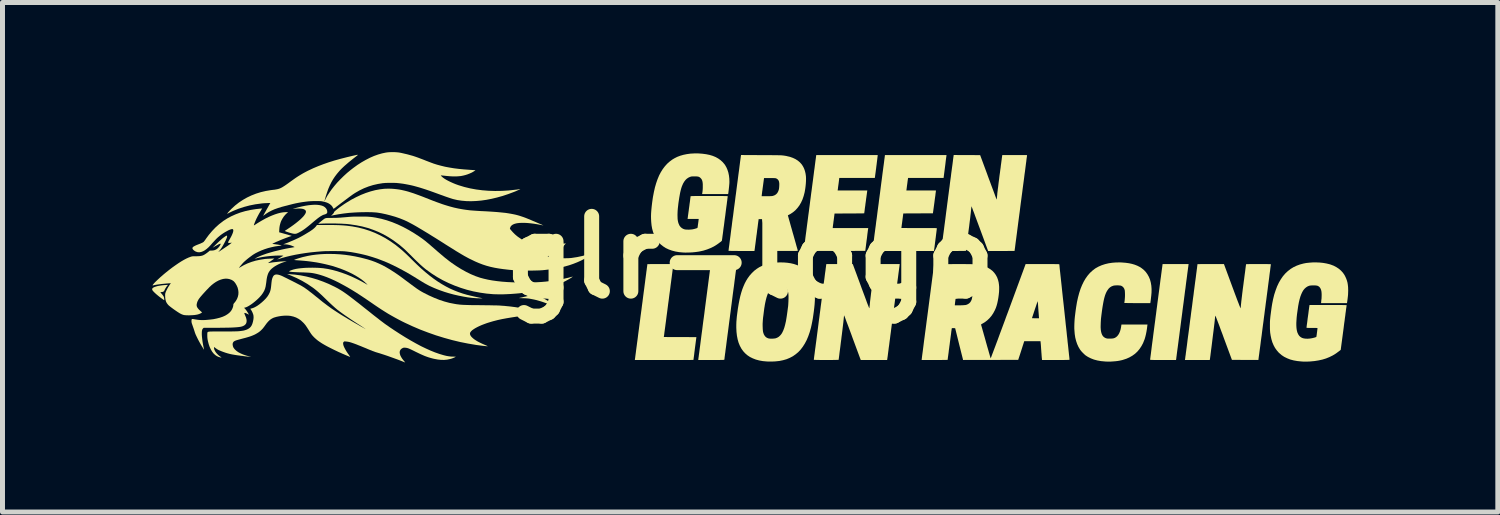
<source format=kicad_pcb>
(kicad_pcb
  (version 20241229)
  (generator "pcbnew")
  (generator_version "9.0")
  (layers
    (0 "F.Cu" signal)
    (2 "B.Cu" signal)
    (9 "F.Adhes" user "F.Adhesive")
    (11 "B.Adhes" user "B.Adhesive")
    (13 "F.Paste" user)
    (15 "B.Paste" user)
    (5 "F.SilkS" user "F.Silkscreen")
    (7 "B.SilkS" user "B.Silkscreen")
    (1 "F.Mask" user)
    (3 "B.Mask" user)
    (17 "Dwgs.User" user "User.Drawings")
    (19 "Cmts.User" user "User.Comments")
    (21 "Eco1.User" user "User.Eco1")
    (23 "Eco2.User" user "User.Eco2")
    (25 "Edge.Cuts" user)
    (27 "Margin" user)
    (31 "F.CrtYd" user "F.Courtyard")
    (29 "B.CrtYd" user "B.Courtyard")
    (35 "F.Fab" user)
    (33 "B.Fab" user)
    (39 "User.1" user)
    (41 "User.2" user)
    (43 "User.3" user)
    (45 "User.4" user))
  (footprint "glr-logo"
    (layer "F.Cu")
    (at 11.991 2.109)
    (property "Reference" "glr-logo" (at 0 0 0) (layer "F.SilkS") (effects (font (size 1.5 1.5) (thickness 0.3))))
    (attr board_only exclude_from_pos_files exclude_from_bom)
    (fp_poly (pts (xy -4.141 -0.639) (xy -4.143 -0.637) (xy -4.145 -0.639) (xy -4.143 -0.64)) (stroke (width 0) (type solid)) (fill yes) (layer "F.SilkS"))
    (fp_poly (pts (xy -4.203 0.791) (xy -4.148 0.821) (xy -4.096 0.85) (xy -4.048 0.878) (xy -4.002 0.903) (xy -3.961 0.927) (xy -3.925 0.949) (xy -3.893 0.968) (xy -3.866 0.984) (xy -3.846 0.998) (xy -3.831 1.008) (xy -3.825 1.012) (xy -3.818 1.019) (xy -3.817 1.023) (xy -3.822 1.024) (xy -3.832 1.021) (xy -3.85 1.016) (xy -3.861 1.011) (xy -3.876 1.006) (xy -3.895 0.998) (xy -3.918 0.989) (xy -3.943 0.979) (xy -3.968 0.968) (xy -3.974 0.966) (xy -4.043 0.938) (xy -4.107 0.914) (xy -4.166 0.893) (xy -4.224 0.875) (xy -4.28 0.859) (xy -4.336 0.846) (xy -4.393 0.835) (xy -4.408 0.832) (xy -4.432 0.828) (xy -4.454 0.825) (xy -4.478 0.823) (xy -4.504 0.821) (xy -4.534 0.82) (xy -4.553 0.82) (xy -4.64 0.817) (xy -4.469 0.778) (xy -4.298 0.739)) (stroke (width 0) (type solid)) (fill yes) (layer "F.SilkS"))
    (fp_poly (pts (xy -11.693 0.576) (xy -11.708 0.597) (xy -11.722 0.619) (xy -11.734 0.64) (xy -11.742 0.658) (xy -11.743 0.66) (xy -11.752 0.677) (xy -11.766 0.688) (xy -11.785 0.695) (xy -11.81 0.697) (xy -11.81 0.697) (xy -11.82 0.698) (xy -11.825 0.7) (xy -11.826 0.7) (xy -11.823 0.704) (xy -11.817 0.712) (xy -11.807 0.724) (xy -11.795 0.737) (xy -11.795 0.737) (xy -11.777 0.76) (xy -11.764 0.779) (xy -11.758 0.79) (xy -11.754 0.803) (xy -11.751 0.818) (xy -11.749 0.833) (xy -11.748 0.846) (xy -11.748 0.855) (xy -11.749 0.859) (xy -11.753 0.857) (xy -11.762 0.851) (xy -11.775 0.843) (xy -11.791 0.831) (xy -11.809 0.818) (xy -11.809 0.818) (xy -11.848 0.789) (xy -11.882 0.761) (xy -11.913 0.735) (xy -11.939 0.711) (xy -11.96 0.69) (xy -11.976 0.672) (xy -11.986 0.658) (xy -11.987 0.654) (xy -11.991 0.64) (xy -11.99 0.632) (xy -11.981 0.618) (xy -11.965 0.606) (xy -11.942 0.595) (xy -11.912 0.585) (xy -11.877 0.575) (xy -11.836 0.568) (xy -11.789 0.561) (xy -11.738 0.556) (xy -11.714 0.555) (xy -11.673 0.552)) (stroke (width 0) (type solid)) (fill yes) (layer "F.SilkS"))
    (fp_poly (pts (xy -0.27 0.145) (xy -0.271 0.15) (xy -0.272 0.162) (xy -0.275 0.181) (xy -0.278 0.206) (xy -0.282 0.238) (xy -0.287 0.274) (xy -0.293 0.316) (xy -0.299 0.362) (xy -0.305 0.413) (xy -0.313 0.468) (xy -0.32 0.527) (xy -0.328 0.589) (xy -0.337 0.653) (xy -0.346 0.72) (xy -0.355 0.789) (xy -0.364 0.86) (xy -0.373 0.932) (xy -0.383 1.005) (xy -0.392 1.079) (xy -0.402 1.152) (xy -0.411 1.225) (xy -0.421 1.298) (xy -0.43 1.369) (xy -0.439 1.439) (xy -0.448 1.508) (xy -0.457 1.574) (xy -0.465 1.637) (xy -0.473 1.697) (xy -0.48 1.754) (xy -0.487 1.808) (xy -0.494 1.857) (xy -0.499 1.901) (xy -0.505 1.941) (xy -0.509 1.975) (xy -0.513 2.003) (xy -0.515 2.026) (xy -0.517 2.042) (xy -0.519 2.051) (xy -0.519 2.052) (xy -0.52 2.054) (xy -0.522 2.055) (xy -0.527 2.055) (xy -0.535 2.056) (xy -0.546 2.057) (xy -0.561 2.057) (xy -0.58 2.057) (xy -0.604 2.058) (xy -0.633 2.058) (xy -0.669 2.058) (xy -0.711 2.058) (xy -0.759 2.058) (xy -0.78 2.058) (xy -1.042 2.058) (xy -1.036 2.01) (xy -1.035 2.001) (xy -1.032 1.986) (xy -1.03 1.964) (xy -1.026 1.935) (xy -1.021 1.9) (xy -1.016 1.86) (xy -1.01 1.814) (xy -1.003 1.762) (xy -0.996 1.707) (xy -0.988 1.646) (xy -0.98 1.582) (xy -0.971 1.514) (xy -0.961 1.442) (xy -0.952 1.368) (xy -0.942 1.29) (xy -0.931 1.211) (xy -0.92 1.129) (xy -0.91 1.048) (xy -0.791 0.135) (xy -0.529 0.135) (xy -0.268 0.135)) (stroke (width 0) (type solid)) (fill yes) (layer "F.SilkS"))
    (fp_poly (pts (xy -8.676 -1.052) (xy -8.629 -1.046) (xy -8.587 -1.036) (xy -8.553 -1.022) (xy -8.528 -1.005) (xy -8.507 -0.984) (xy -8.491 -0.96) (xy -8.482 -0.934) (xy -8.48 -0.914) (xy -8.48 -0.9) (xy -8.482 -0.892) (xy -8.486 -0.885) (xy -8.493 -0.878) (xy -8.507 -0.869) (xy -8.525 -0.861) (xy -8.533 -0.859) (xy -8.551 -0.854) (xy -8.571 -0.846) (xy -8.591 -0.835) (xy -8.614 -0.822) (xy -8.639 -0.805) (xy -8.668 -0.784) (xy -8.699 -0.759) (xy -8.736 -0.729) (xy -8.773 -0.698) (xy -8.816 -0.661) (xy -8.855 -0.629) (xy -8.889 -0.602) (xy -8.92 -0.578) (xy -8.949 -0.557) (xy -8.976 -0.539) (xy -9.001 -0.523) (xy -9.027 -0.509) (xy -9.052 -0.495) (xy -9.055 -0.494) (xy -9.078 -0.483) (xy -9.098 -0.475) (xy -9.116 -0.472) (xy -9.133 -0.471) (xy -9.153 -0.473) (xy -9.165 -0.475) (xy -9.183 -0.479) (xy -9.203 -0.484) (xy -9.224 -0.49) (xy -9.247 -0.497) (xy -9.268 -0.504) (xy -9.288 -0.511) (xy -9.306 -0.517) (xy -9.319 -0.523) (xy -9.328 -0.527) (xy -9.33 -0.53) (xy -9.33 -0.53) (xy -9.326 -0.533) (xy -9.317 -0.54) (xy -9.303 -0.549) (xy -9.287 -0.559) (xy -9.274 -0.568) (xy -9.213 -0.609) (xy -9.157 -0.649) (xy -9.107 -0.687) (xy -9.061 -0.724) (xy -9.021 -0.758) (xy -8.987 -0.791) (xy -8.958 -0.821) (xy -8.936 -0.849) (xy -8.92 -0.874) (xy -8.91 -0.896) (xy -8.907 -0.914) (xy -8.91 -0.932) (xy -8.921 -0.947) (xy -8.938 -0.959) (xy -8.962 -0.969) (xy -8.993 -0.975) (xy -9.03 -0.978) (xy -9.073 -0.978) (xy -9.08 -0.977) (xy -9.101 -0.976) (xy -9.121 -0.975) (xy -9.139 -0.974) (xy -9.151 -0.973) (xy -9.152 -0.973) (xy -9.171 -0.971) (xy -9.154 -0.977) (xy -9.145 -0.98) (xy -9.129 -0.984) (xy -9.11 -0.989) (xy -9.089 -0.995) (xy -9.072 -1) (xy -8.993 -1.019) (xy -8.92 -1.034) (xy -8.851 -1.045) (xy -8.787 -1.051) (xy -8.728 -1.054)) (stroke (width 0) (type solid)) (fill yes) (layer "F.SilkS"))
    (fp_poly (pts (xy 8.787 0.149) (xy 8.787 0.154) (xy 8.785 0.166) (xy 8.783 0.185) (xy 8.779 0.211) (xy 8.775 0.243) (xy 8.77 0.281) (xy 8.764 0.324) (xy 8.758 0.373) (xy 8.751 0.426) (xy 8.743 0.484) (xy 8.735 0.547) (xy 8.727 0.613) (xy 8.717 0.683) (xy 8.708 0.756) (xy 8.698 0.832) (xy 8.688 0.911) (xy 8.677 0.992) (xy 8.666 1.075) (xy 8.664 1.095) (xy 8.653 1.178) (xy 8.642 1.26) (xy 8.632 1.339) (xy 8.622 1.416) (xy 8.612 1.49) (xy 8.603 1.561) (xy 8.594 1.628) (xy 8.586 1.691) (xy 8.578 1.751) (xy 8.571 1.805) (xy 8.564 1.855) (xy 8.558 1.9) (xy 8.553 1.939) (xy 8.549 1.972) (xy 8.545 2) (xy 8.543 2.021) (xy 8.541 2.035) (xy 8.54 2.041) (xy 8.54 2.042) (xy 8.537 2.058) (xy 8.277 2.058) (xy 8.227 2.058) (xy 8.183 2.058) (xy 8.145 2.058) (xy 8.114 2.058) (xy 8.088 2.058) (xy 8.068 2.057) (xy 8.051 2.057) (xy 8.039 2.056) (xy 8.03 2.056) (xy 8.024 2.055) (xy 8.02 2.054) (xy 8.018 2.053) (xy 8.018 2.052) (xy 8.018 2.052) (xy 8.018 2.047) (xy 8.019 2.036) (xy 8.022 2.018) (xy 8.025 1.993) (xy 8.029 1.963) (xy 8.034 1.926) (xy 8.039 1.885) (xy 8.045 1.839) (xy 8.051 1.788) (xy 8.058 1.734) (xy 8.066 1.675) (xy 8.074 1.614) (xy 8.082 1.549) (xy 8.091 1.482) (xy 8.1 1.413) (xy 8.109 1.343) (xy 8.119 1.271) (xy 8.128 1.198) (xy 8.138 1.124) (xy 8.147 1.051) (xy 8.157 0.978) (xy 8.166 0.905) (xy 8.176 0.833) (xy 8.185 0.763) (xy 8.194 0.694) (xy 8.203 0.628) (xy 8.211 0.565) (xy 8.219 0.504) (xy 8.226 0.446) (xy 8.234 0.393) (xy 8.24 0.343) (xy 8.246 0.299) (xy 8.251 0.259) (xy 8.256 0.224) (xy 8.26 0.195) (xy 8.263 0.172) (xy 8.265 0.155) (xy 8.266 0.146) (xy 8.267 0.143) (xy 8.269 0.135) (xy 8.529 0.135) (xy 8.79 0.135)) (stroke (width 0) (type solid)) (fill yes) (layer "F.SilkS"))
    (fp_poly (pts (xy -1.75 0.135) (xy -1.706 0.135) (xy -1.669 0.135) (xy -1.638 0.135) (xy -1.612 0.135) (xy -1.591 0.136) (xy -1.575 0.136) (xy -1.562 0.137) (xy -1.553 0.137) (xy -1.547 0.138) (xy -1.543 0.139) (xy -1.542 0.14) (xy -1.541 0.141) (xy -1.542 0.145) (xy -1.543 0.156) (xy -1.545 0.174) (xy -1.548 0.198) (xy -1.552 0.228) (xy -1.557 0.263) (xy -1.562 0.303) (xy -1.568 0.348) (xy -1.574 0.396) (xy -1.581 0.448) (xy -1.588 0.503) (xy -1.596 0.56) (xy -1.603 0.62) (xy -1.611 0.681) (xy -1.62 0.744) (xy -1.628 0.808) (xy -1.636 0.871) (xy -1.645 0.935) (xy -1.653 0.999) (xy -1.661 1.061) (xy -1.669 1.122) (xy -1.677 1.181) (xy -1.684 1.238) (xy -1.691 1.292) (xy -1.698 1.343) (xy -1.704 1.39) (xy -1.71 1.434) (xy -1.715 1.472) (xy -1.72 1.506) (xy -1.723 1.534) (xy -1.726 1.556) (xy -1.728 1.572) (xy -1.73 1.582) (xy -1.73 1.582) (xy -1.732 1.598) (xy -1.406 1.599) (xy -1.079 1.6) (xy -1.109 1.828) (xy -1.114 1.869) (xy -1.119 1.907) (xy -1.123 1.943) (xy -1.127 1.975) (xy -1.131 2.002) (xy -1.134 2.025) (xy -1.136 2.042) (xy -1.138 2.053) (xy -1.138 2.057) (xy -1.138 2.057) (xy -1.142 2.057) (xy -1.153 2.057) (xy -1.171 2.057) (xy -1.195 2.058) (xy -1.225 2.058) (xy -1.26 2.058) (xy -1.301 2.058) (xy -1.347 2.058) (xy -1.396 2.058) (xy -1.45 2.058) (xy -1.507 2.058) (xy -1.568 2.058) (xy -1.631 2.058) (xy -1.696 2.058) (xy -1.726 2.058) (xy -2.313 2.058) (xy -2.311 2.044) (xy -2.31 2.039) (xy -2.309 2.027) (xy -2.306 2.008) (xy -2.303 1.983) (xy -2.299 1.952) (xy -2.294 1.916) (xy -2.289 1.874) (xy -2.283 1.828) (xy -2.276 1.777) (xy -2.269 1.722) (xy -2.261 1.664) (xy -2.253 1.602) (xy -2.245 1.537) (xy -2.236 1.47) (xy -2.227 1.401) (xy -2.218 1.331) (xy -2.208 1.259) (xy -2.199 1.186) (xy -2.189 1.113) (xy -2.179 1.039) (xy -2.17 0.966) (xy -2.16 0.894) (xy -2.151 0.822) (xy -2.142 0.752) (xy -2.133 0.684) (xy -2.124 0.618) (xy -2.116 0.554) (xy -2.108 0.494) (xy -2.101 0.437) (xy -2.094 0.384) (xy -2.087 0.334) (xy -2.082 0.29) (xy -2.076 0.25) (xy -2.072 0.216) (xy -2.068 0.187) (xy -2.065 0.165) (xy -2.063 0.148) (xy -2.062 0.139) (xy -2.062 0.137) (xy -2.058 0.137) (xy -2.047 0.136) (xy -2.03 0.136) (xy -2.008 0.136) (xy -1.98 0.135) (xy -1.947 0.135) (xy -1.911 0.135) (xy -1.871 0.135) (xy -1.829 0.135) (xy -1.802 0.135)) (stroke (width 0) (type solid)) (fill yes) (layer "F.SilkS"))
    (fp_poly (pts (xy 2.556 -2.042) (xy 2.555 -2.037) (xy 2.554 -2.025) (xy 2.552 -2.008) (xy 2.549 -1.985) (xy 2.546 -1.958) (xy 2.542 -1.928) (xy 2.538 -1.895) (xy 2.534 -1.86) (xy 2.529 -1.825) (xy 2.525 -1.789) (xy 2.52 -1.754) (xy 2.516 -1.721) (xy 2.512 -1.691) (xy 2.508 -1.663) (xy 2.505 -1.64) (xy 2.503 -1.621) (xy 2.501 -1.609) (xy 2.5 -1.603) (xy 2.498 -1.591) (xy 2.142 -1.591) (xy 1.786 -1.591) (xy 1.772 -1.481) (xy 1.768 -1.452) (xy 1.764 -1.425) (xy 1.761 -1.401) (xy 1.759 -1.381) (xy 1.757 -1.366) (xy 1.755 -1.357) (xy 1.755 -1.356) (xy 1.753 -1.34) (xy 2.05 -1.34) (xy 2.348 -1.34) (xy 2.345 -1.325) (xy 2.344 -1.319) (xy 2.343 -1.306) (xy 2.34 -1.287) (xy 2.337 -1.264) (xy 2.333 -1.236) (xy 2.329 -1.206) (xy 2.324 -1.173) (xy 2.32 -1.138) (xy 2.315 -1.102) (xy 2.31 -1.067) (xy 2.306 -1.032) (xy 2.301 -1) (xy 2.297 -0.969) (xy 2.294 -0.942) (xy 2.291 -0.919) (xy 2.288 -0.901) (xy 2.287 -0.889) (xy 2.286 -0.883) (xy 2.286 -0.883) (xy 2.282 -0.882) (xy 2.272 -0.882) (xy 2.254 -0.881) (xy 2.231 -0.881) (xy 2.203 -0.881) (xy 2.17 -0.88) (xy 2.133 -0.88) (xy 2.092 -0.879) (xy 2.048 -0.879) (xy 2.002 -0.879) (xy 1.989 -0.879) (xy 1.691 -0.878) (xy 1.674 -0.745) (xy 1.669 -0.713) (xy 1.666 -0.684) (xy 1.662 -0.657) (xy 1.659 -0.635) (xy 1.657 -0.617) (xy 1.656 -0.605) (xy 1.655 -0.6) (xy 1.655 -0.587) (xy 2.01 -0.587) (xy 2.366 -0.587) (xy 2.364 -0.571) (xy 2.363 -0.564) (xy 2.361 -0.551) (xy 2.358 -0.531) (xy 2.355 -0.506) (xy 2.351 -0.477) (xy 2.347 -0.444) (xy 2.343 -0.407) (xy 2.338 -0.368) (xy 2.334 -0.342) (xy 2.307 -0.129) (xy 1.69 -0.128) (xy 1.607 -0.128) (xy 1.532 -0.128) (xy 1.463 -0.128) (xy 1.401 -0.128) (xy 1.346 -0.128) (xy 1.296 -0.128) (xy 1.253 -0.128) (xy 1.215 -0.128) (xy 1.182 -0.129) (xy 1.154 -0.129) (xy 1.131 -0.129) (xy 1.113 -0.129) (xy 1.098 -0.13) (xy 1.087 -0.13) (xy 1.079 -0.131) (xy 1.075 -0.131) (xy 1.074 -0.132) (xy 1.074 -0.132) (xy 1.074 -0.136) (xy 1.076 -0.148) (xy 1.078 -0.166) (xy 1.081 -0.19) (xy 1.085 -0.221) (xy 1.09 -0.257) (xy 1.095 -0.298) (xy 1.101 -0.344) (xy 1.107 -0.395) (xy 1.114 -0.449) (xy 1.122 -0.507) (xy 1.13 -0.569) (xy 1.138 -0.633) (xy 1.147 -0.7) (xy 1.156 -0.769) (xy 1.165 -0.84) (xy 1.175 -0.912) (xy 1.184 -0.984) (xy 1.194 -1.058) (xy 1.203 -1.131) (xy 1.213 -1.205) (xy 1.222 -1.278) (xy 1.232 -1.349) (xy 1.241 -1.42) (xy 1.25 -1.488) (xy 1.259 -1.554) (xy 1.267 -1.618) (xy 1.275 -1.679) (xy 1.282 -1.736) (xy 1.29 -1.79) (xy 1.296 -1.84) (xy 1.302 -1.885) (xy 1.307 -1.925) (xy 1.312 -1.96) (xy 1.316 -1.989) (xy 1.319 -2.013) (xy 1.321 -2.029) (xy 1.322 -2.039) (xy 1.323 -2.042) (xy 1.325 -2.05) (xy 1.94 -2.05) (xy 2.556 -2.05)) (stroke (width 0) (type solid)) (fill yes) (layer "F.SilkS"))
    (fp_poly (pts (xy 3.934 -2.038) (xy 3.933 -2.032) (xy 3.932 -2.019) (xy 3.929 -2) (xy 3.926 -1.976) (xy 3.922 -1.947) (xy 3.918 -1.914) (xy 3.914 -1.878) (xy 3.909 -1.839) (xy 3.905 -1.808) (xy 3.877 -1.591) (xy 3.521 -1.591) (xy 3.165 -1.591) (xy 3.163 -1.578) (xy 3.162 -1.571) (xy 3.16 -1.558) (xy 3.157 -1.539) (xy 3.154 -1.516) (xy 3.151 -1.49) (xy 3.147 -1.462) (xy 3.147 -1.461) (xy 3.143 -1.434) (xy 3.14 -1.408) (xy 3.137 -1.386) (xy 3.135 -1.368) (xy 3.133 -1.355) (xy 3.132 -1.348) (xy 3.132 -1.348) (xy 3.13 -1.34) (xy 3.426 -1.34) (xy 3.723 -1.34) (xy 3.723 -1.329) (xy 3.722 -1.324) (xy 3.721 -1.311) (xy 3.718 -1.293) (xy 3.715 -1.269) (xy 3.712 -1.24) (xy 3.707 -1.207) (xy 3.702 -1.171) (xy 3.697 -1.133) (xy 3.693 -1.1) (xy 3.663 -0.882) (xy 3.366 -0.881) (xy 3.319 -0.881) (xy 3.275 -0.88) (xy 3.233 -0.88) (xy 3.195 -0.88) (xy 3.161 -0.88) (xy 3.131 -0.88) (xy 3.106 -0.879) (xy 3.088 -0.879) (xy 3.075 -0.879) (xy 3.069 -0.879) (xy 3.069 -0.879) (xy 3.069 -0.875) (xy 3.067 -0.864) (xy 3.065 -0.848) (xy 3.062 -0.826) (xy 3.059 -0.8) (xy 3.055 -0.771) (xy 3.051 -0.739) (xy 3.05 -0.733) (xy 3.046 -0.701) (xy 3.042 -0.671) (xy 3.038 -0.645) (xy 3.036 -0.623) (xy 3.033 -0.605) (xy 3.032 -0.593) (xy 3.031 -0.588) (xy 3.031 -0.588) (xy 3.035 -0.588) (xy 3.046 -0.588) (xy 3.063 -0.588) (xy 3.086 -0.588) (xy 3.115 -0.588) (xy 3.149 -0.587) (xy 3.187 -0.587) (xy 3.229 -0.587) (xy 3.275 -0.587) (xy 3.323 -0.587) (xy 3.374 -0.587) (xy 3.386 -0.587) (xy 3.447 -0.587) (xy 3.5 -0.587) (xy 3.546 -0.587) (xy 3.586 -0.587) (xy 3.62 -0.587) (xy 3.649 -0.587) (xy 3.673 -0.586) (xy 3.692 -0.586) (xy 3.708 -0.586) (xy 3.72 -0.585) (xy 3.729 -0.585) (xy 3.735 -0.584) (xy 3.739 -0.583) (xy 3.741 -0.582) (xy 3.742 -0.581) (xy 3.742 -0.581) (xy 3.741 -0.576) (xy 3.74 -0.565) (xy 3.738 -0.547) (xy 3.735 -0.525) (xy 3.732 -0.498) (xy 3.728 -0.468) (xy 3.724 -0.436) (xy 3.72 -0.401) (xy 3.715 -0.366) (xy 3.711 -0.331) (xy 3.706 -0.296) (xy 3.702 -0.262) (xy 3.698 -0.232) (xy 3.695 -0.204) (xy 3.691 -0.18) (xy 3.689 -0.161) (xy 3.687 -0.148) (xy 3.686 -0.142) (xy 3.684 -0.127) (xy 3.067 -0.127) (xy 2.449 -0.127) (xy 2.451 -0.14) (xy 2.452 -0.144) (xy 2.454 -0.156) (xy 2.456 -0.174) (xy 2.459 -0.199) (xy 2.463 -0.229) (xy 2.468 -0.266) (xy 2.474 -0.307) (xy 2.48 -0.354) (xy 2.486 -0.404) (xy 2.493 -0.459) (xy 2.501 -0.518) (xy 2.509 -0.58) (xy 2.518 -0.644) (xy 2.526 -0.712) (xy 2.536 -0.781) (xy 2.545 -0.852) (xy 2.554 -0.924) (xy 2.564 -0.998) (xy 2.574 -1.071) (xy 2.583 -1.145) (xy 2.593 -1.219) (xy 2.603 -1.293) (xy 2.612 -1.365) (xy 2.621 -1.436) (xy 2.63 -1.505) (xy 2.639 -1.572) (xy 2.647 -1.636) (xy 2.655 -1.698) (xy 2.663 -1.756) (xy 2.67 -1.811) (xy 2.677 -1.861) (xy 2.683 -1.907) (xy 2.688 -1.949) (xy 2.693 -1.985) (xy 2.697 -2.015) (xy 2.699 -2.032) (xy 2.701 -2.05) (xy 3.319 -2.05) (xy 3.936 -2.05)) (stroke (width 0) (type solid)) (fill yes) (layer "F.SilkS"))
    (fp_poly (pts (xy 0.672 0.103) (xy 0.743 0.109) (xy 0.811 0.119) (xy 0.876 0.134) (xy 0.938 0.155) (xy 0.995 0.18) (xy 1.046 0.209) (xy 1.073 0.228) (xy 1.118 0.267) (xy 1.159 0.31) (xy 1.194 0.359) (xy 1.223 0.413) (xy 1.248 0.473) (xy 1.268 0.538) (xy 1.283 0.608) (xy 1.292 0.684) (xy 1.297 0.765) (xy 1.297 0.852) (xy 1.291 0.945) (xy 1.284 1.013) (xy 1.275 1.087) (xy 1.265 1.159) (xy 1.255 1.228) (xy 1.243 1.293) (xy 1.231 1.352) (xy 1.219 1.406) (xy 1.218 1.41) (xy 1.193 1.5) (xy 1.164 1.583) (xy 1.132 1.659) (xy 1.095 1.729) (xy 1.055 1.792) (xy 1.011 1.85) (xy 0.963 1.901) (xy 0.91 1.945) (xy 0.854 1.984) (xy 0.793 2.016) (xy 0.728 2.043) (xy 0.658 2.063) (xy 0.585 2.078) (xy 0.547 2.082) (xy 0.499 2.087) (xy 0.448 2.089) (xy 0.397 2.09) (xy 0.349 2.089) (xy 0.333 2.088) (xy 0.254 2.081) (xy 0.181 2.068) (xy 0.114 2.05) (xy 0.052 2.026) (xy -0.005 1.998) (xy -0.056 1.964) (xy -0.102 1.924) (xy -0.143 1.879) (xy -0.178 1.829) (xy -0.208 1.773) (xy -0.233 1.712) (xy -0.252 1.645) (xy -0.266 1.573) (xy -0.275 1.495) (xy -0.279 1.412) (xy -0.279 1.393) (xy -0.279 1.364) (xy 0.249 1.364) (xy 0.25 1.398) (xy 0.251 1.43) (xy 0.253 1.459) (xy 0.256 1.484) (xy 0.259 1.502) (xy 0.26 1.504) (xy 0.272 1.541) (xy 0.289 1.571) (xy 0.309 1.595) (xy 0.334 1.613) (xy 0.363 1.625) (xy 0.379 1.628) (xy 0.394 1.63) (xy 0.414 1.631) (xy 0.438 1.631) (xy 0.461 1.63) (xy 0.483 1.628) (xy 0.501 1.625) (xy 0.509 1.624) (xy 0.542 1.611) (xy 0.571 1.594) (xy 0.598 1.57) (xy 0.623 1.541) (xy 0.645 1.505) (xy 0.665 1.462) (xy 0.683 1.413) (xy 0.699 1.356) (xy 0.71 1.308) (xy 0.717 1.278) (xy 0.723 1.241) (xy 0.73 1.198) (xy 0.737 1.151) (xy 0.744 1.101) (xy 0.751 1.049) (xy 0.758 0.995) (xy 0.759 0.99) (xy 0.762 0.959) (xy 0.764 0.925) (xy 0.766 0.889) (xy 0.767 0.853) (xy 0.768 0.817) (xy 0.768 0.784) (xy 0.767 0.754) (xy 0.765 0.728) (xy 0.762 0.709) (xy 0.761 0.703) (xy 0.75 0.665) (xy 0.737 0.634) (xy 0.721 0.609) (xy 0.701 0.59) (xy 0.677 0.576) (xy 0.647 0.567) (xy 0.613 0.562) (xy 0.6 0.562) (xy 0.555 0.562) (xy 0.515 0.568) (xy 0.48 0.579) (xy 0.448 0.597) (xy 0.42 0.621) (xy 0.394 0.652) (xy 0.373 0.686) (xy 0.357 0.719) (xy 0.342 0.759) (xy 0.327 0.804) (xy 0.314 0.854) (xy 0.302 0.908) (xy 0.293 0.954) (xy 0.289 0.982) (xy 0.283 1.016) (xy 0.278 1.053) (xy 0.273 1.092) (xy 0.268 1.133) (xy 0.263 1.172) (xy 0.258 1.208) (xy 0.255 1.24) (xy 0.253 1.266) (xy 0.253 1.266) (xy 0.251 1.297) (xy 0.249 1.33) (xy 0.249 1.364) (xy -0.279 1.364) (xy -0.279 1.357) (xy -0.278 1.323) (xy -0.277 1.29) (xy -0.274 1.256) (xy -0.271 1.219) (xy -0.267 1.178) (xy -0.261 1.132) (xy -0.26 1.125) (xy -0.247 1.028) (xy -0.232 0.938) (xy -0.216 0.855) (xy -0.199 0.778) (xy -0.179 0.706) (xy -0.158 0.64) (xy -0.134 0.579) (xy -0.109 0.522) (xy -0.081 0.469) (xy -0.054 0.425) (xy -0.014 0.369) (xy 0.031 0.318) (xy 0.079 0.271) (xy 0.131 0.231) (xy 0.184 0.197) (xy 0.185 0.197) (xy 0.242 0.169) (xy 0.304 0.146) (xy 0.371 0.128) (xy 0.442 0.114) (xy 0.516 0.105) (xy 0.593 0.102)) (stroke (width 0) (type solid)) (fill yes) (layer "F.SilkS"))
    (fp_poly (pts (xy 7.458 0.104) (xy 7.53 0.11) (xy 7.595 0.119) (xy 7.655 0.132) (xy 7.709 0.148) (xy 7.76 0.168) (xy 7.806 0.191) (xy 7.848 0.218) (xy 7.892 0.253) (xy 7.931 0.294) (xy 7.964 0.34) (xy 7.992 0.39) (xy 8.015 0.445) (xy 8.031 0.504) (xy 8.042 0.568) (xy 8.047 0.635) (xy 8.046 0.705) (xy 8.045 0.718) (xy 8.043 0.739) (xy 8.041 0.763) (xy 8.038 0.79) (xy 8.035 0.817) (xy 8.032 0.843) (xy 8.029 0.867) (xy 8.026 0.888) (xy 8.024 0.903) (xy 8.023 0.909) (xy 8.021 0.918) (xy 7.761 0.918) (xy 7.717 0.918) (xy 7.676 0.918) (xy 7.637 0.917) (xy 7.602 0.917) (xy 7.572 0.917) (xy 7.545 0.916) (xy 7.525 0.916) (xy 7.51 0.916) (xy 7.502 0.915) (xy 7.501 0.915) (xy 7.501 0.91) (xy 7.503 0.899) (xy 7.505 0.884) (xy 7.507 0.87) (xy 7.509 0.849) (xy 7.511 0.824) (xy 7.513 0.796) (xy 7.514 0.767) (xy 7.514 0.738) (xy 7.513 0.711) (xy 7.512 0.688) (xy 7.51 0.669) (xy 7.509 0.659) (xy 7.498 0.628) (xy 7.482 0.603) (xy 7.462 0.584) (xy 7.437 0.57) (xy 7.435 0.569) (xy 7.42 0.566) (xy 7.399 0.564) (xy 7.376 0.562) (xy 7.35 0.562) (xy 7.325 0.563) (xy 7.302 0.565) (xy 7.284 0.568) (xy 7.278 0.57) (xy 7.244 0.583) (xy 7.214 0.602) (xy 7.188 0.626) (xy 7.165 0.657) (xy 7.151 0.679) (xy 7.139 0.702) (xy 7.127 0.729) (xy 7.116 0.758) (xy 7.106 0.79) (xy 7.096 0.827) (xy 7.087 0.867) (xy 7.078 0.913) (xy 7.069 0.964) (xy 7.06 1.02) (xy 7.051 1.083) (xy 7.042 1.153) (xy 7.035 1.211) (xy 7.032 1.24) (xy 7.03 1.274) (xy 7.028 1.309) (xy 7.027 1.344) (xy 7.026 1.379) (xy 7.026 1.41) (xy 7.028 1.436) (xy 7.029 1.456) (xy 7.036 1.497) (xy 7.046 1.532) (xy 7.059 1.561) (xy 7.075 1.584) (xy 7.096 1.603) (xy 7.12 1.617) (xy 7.136 1.623) (xy 7.146 1.626) (xy 7.157 1.628) (xy 7.171 1.63) (xy 7.19 1.63) (xy 7.212 1.63) (xy 7.243 1.629) (xy 7.268 1.627) (xy 7.289 1.623) (xy 7.308 1.616) (xy 7.326 1.606) (xy 7.33 1.604) (xy 7.356 1.583) (xy 7.378 1.556) (xy 7.398 1.523) (xy 7.414 1.484) (xy 7.427 1.441) (xy 7.434 1.404) (xy 7.437 1.387) (xy 7.439 1.372) (xy 7.441 1.36) (xy 7.442 1.356) (xy 7.444 1.347) (xy 7.704 1.347) (xy 7.965 1.347) (xy 7.962 1.367) (xy 7.954 1.434) (xy 7.944 1.494) (xy 7.933 1.548) (xy 7.921 1.596) (xy 7.908 1.641) (xy 7.903 1.653) (xy 7.876 1.721) (xy 7.843 1.782) (xy 7.806 1.838) (xy 7.763 1.889) (xy 7.715 1.934) (xy 7.661 1.973) (xy 7.603 2.006) (xy 7.54 2.034) (xy 7.472 2.056) (xy 7.45 2.062) (xy 7.409 2.071) (xy 7.369 2.078) (xy 7.327 2.083) (xy 7.28 2.087) (xy 7.261 2.088) (xy 7.236 2.09) (xy 7.216 2.091) (xy 7.198 2.091) (xy 7.182 2.091) (xy 7.164 2.091) (xy 7.144 2.09) (xy 7.118 2.089) (xy 7.111 2.088) (xy 7.033 2.081) (xy 6.96 2.068) (xy 6.892 2.05) (xy 6.83 2.026) (xy 6.772 1.997) (xy 6.725 1.967) (xy 6.705 1.95) (xy 6.683 1.929) (xy 6.66 1.906) (xy 6.638 1.882) (xy 6.62 1.859) (xy 6.612 1.848) (xy 6.581 1.796) (xy 6.555 1.739) (xy 6.534 1.677) (xy 6.517 1.61) (xy 6.506 1.538) (xy 6.5 1.46) (xy 6.498 1.429) (xy 6.498 1.386) (xy 6.499 1.341) (xy 6.501 1.295) (xy 6.504 1.246) (xy 6.509 1.193) (xy 6.516 1.136) (xy 6.524 1.073) (xy 6.534 1.003) (xy 6.551 0.9) (xy 6.572 0.804) (xy 6.596 0.714) (xy 6.623 0.631) (xy 6.654 0.555) (xy 6.688 0.485) (xy 6.726 0.421) (xy 6.767 0.364) (xy 6.812 0.312) (xy 6.861 0.267) (xy 6.913 0.227) (xy 6.928 0.217) (xy 6.984 0.186) (xy 7.046 0.159) (xy 7.113 0.137) (xy 7.184 0.12) (xy 7.258 0.109) (xy 7.336 0.103) (xy 7.416 0.102)) (stroke (width 0) (type solid)) (fill yes) (layer "F.SilkS"))
    (fp_poly (pts (xy -8.487 -0.648) (xy -8.428 -0.648) (xy -8.376 -0.648) (xy -8.329 -0.647) (xy -8.287 -0.646) (xy -8.249 -0.645) (xy -8.214 -0.643) (xy -8.181 -0.641) (xy -8.15 -0.639) (xy -8.118 -0.636) (xy -8.099 -0.635) (xy -7.977 -0.619) (xy -7.859 -0.597) (xy -7.744 -0.568) (xy -7.632 -0.532) (xy -7.524 -0.49) (xy -7.418 -0.44) (xy -7.314 -0.384) (xy -7.212 -0.32) (xy -7.112 -0.25) (xy -7.018 -0.174) (xy -6.994 -0.154) (xy -6.971 -0.134) (xy -6.948 -0.113) (xy -6.924 -0.091) (xy -6.899 -0.068) (xy -6.871 -0.041) (xy -6.84 -0.011) (xy -6.806 0.023) (xy -6.78 0.049) (xy -6.69 0.137) (xy -6.603 0.219) (xy -6.517 0.294) (xy -6.433 0.363) (xy -6.35 0.426) (xy -6.267 0.484) (xy -6.185 0.536) (xy -6.103 0.583) (xy -6.02 0.626) (xy -5.936 0.663) (xy -5.85 0.697) (xy -5.762 0.727) (xy -5.68 0.751) (xy -5.65 0.758) (xy -5.615 0.767) (xy -5.575 0.776) (xy -5.533 0.786) (xy -5.491 0.795) (xy -5.45 0.804) (xy -5.422 0.81) (xy -5.403 0.813) (xy -5.387 0.817) (xy -5.375 0.819) (xy -5.369 0.821) (xy -5.369 0.821) (xy -5.372 0.822) (xy -5.381 0.822) (xy -5.395 0.822) (xy -5.412 0.822) (xy -5.431 0.822) (xy -5.45 0.821) (xy -5.469 0.821) (xy -5.484 0.82) (xy -5.57 0.814) (xy -5.66 0.803) (xy -5.753 0.787) (xy -5.849 0.768) (xy -5.945 0.746) (xy -6.041 0.72) (xy -6.135 0.691) (xy -6.226 0.659) (xy -6.286 0.636) (xy -6.339 0.614) (xy -6.388 0.592) (xy -6.434 0.571) (xy -6.479 0.547) (xy -6.525 0.522) (xy -6.572 0.494) (xy -6.624 0.462) (xy -6.64 0.452) (xy -6.755 0.381) (xy -6.866 0.315) (xy -6.974 0.255) (xy -7.078 0.2) (xy -7.18 0.15) (xy -7.28 0.104) (xy -7.379 0.064) (xy -7.476 0.027) (xy -7.574 -0.005) (xy -7.671 -0.034) (xy -7.724 -0.048) (xy -7.819 -0.07) (xy -7.913 -0.089) (xy -8.005 -0.105) (xy -8.092 -0.116) (xy -8.141 -0.121) (xy -8.162 -0.122) (xy -8.19 -0.123) (xy -8.223 -0.124) (xy -8.26 -0.124) (xy -8.3 -0.125) (xy -8.342 -0.125) (xy -8.385 -0.125) (xy -8.427 -0.125) (xy -8.467 -0.124) (xy -8.505 -0.124) (xy -8.539 -0.123) (xy -8.568 -0.121) (xy -8.586 -0.12) (xy -8.696 -0.111) (xy -8.806 -0.1) (xy -8.913 -0.086) (xy -9.017 -0.07) (xy -9.117 -0.052) (xy -9.212 -0.032) (xy -9.303 -0.01) (xy -9.387 0.013) (xy -9.433 0.028) (xy -9.451 0.033) (xy -9.465 0.038) (xy -9.475 0.041) (xy -9.48 0.042) (xy -9.48 0.042) (xy -9.478 0.04) (xy -9.47 0.034) (xy -9.458 0.027) (xy -9.443 0.017) (xy -9.427 0.008) (xy -9.41 -0.002) (xy -9.395 -0.011) (xy -9.383 -0.018) (xy -9.359 -0.031) (xy -9.373 -0.034) (xy -9.386 -0.035) (xy -9.406 -0.036) (xy -9.43 -0.036) (xy -9.458 -0.036) (xy -9.489 -0.035) (xy -9.521 -0.034) (xy -9.545 -0.032) (xy -9.605 -0.028) (xy -9.663 -0.022) (xy -9.72 -0.015) (xy -9.773 -0.007) (xy -9.822 0.002) (xy -9.866 0.011) (xy -9.905 0.022) (xy -9.931 0.03) (xy -9.935 0.031) (xy -9.933 0.029) (xy -9.927 0.025) (xy -9.916 0.019) (xy -9.903 0.011) (xy -9.889 0.003) (xy -9.874 -0.004) (xy -9.859 -0.012) (xy -9.859 -0.012) (xy -9.81 -0.033) (xy -9.754 -0.054) (xy -9.692 -0.076) (xy -9.624 -0.096) (xy -9.552 -0.117) (xy -9.474 -0.136) (xy -9.394 -0.155) (xy -9.31 -0.173) (xy -9.223 -0.189) (xy -9.205 -0.192) (xy -9.183 -0.196) (xy -9.164 -0.199) (xy -9.149 -0.202) (xy -9.139 -0.204) (xy -9.136 -0.205) (xy -9.138 -0.208) (xy -9.145 -0.212) (xy -9.157 -0.218) (xy -9.172 -0.225) (xy -9.188 -0.231) (xy -9.203 -0.237) (xy -9.209 -0.239) (xy -9.246 -0.249) (xy -9.285 -0.257) (xy -9.322 -0.26) (xy -9.332 -0.26) (xy -9.361 -0.261) (xy -9.308 -0.281) (xy -9.237 -0.309) (xy -9.171 -0.336) (xy -9.111 -0.363) (xy -9.053 -0.39) (xy -8.998 -0.419) (xy -8.943 -0.45) (xy -8.908 -0.471) (xy -8.867 -0.496) (xy -8.832 -0.517) (xy -8.803 -0.537) (xy -8.778 -0.554) (xy -8.757 -0.571) (xy -8.739 -0.586) (xy -8.723 -0.602) (xy -8.709 -0.617) (xy -8.701 -0.628) (xy -8.686 -0.648)) (stroke (width 0) (type solid)) (fill yes) (layer "F.SilkS"))
    (fp_poly (pts (xy -7.776 -0.817) (xy -7.736 -0.817) (xy -7.701 -0.816) (xy -7.671 -0.815) (xy -7.643 -0.813) (xy -7.617 -0.811) (xy -7.591 -0.808) (xy -7.564 -0.805) (xy -7.535 -0.8) (xy -7.503 -0.795) (xy -7.5 -0.794) (xy -7.394 -0.772) (xy -7.286 -0.742) (xy -7.178 -0.705) (xy -7.068 -0.66) (xy -6.958 -0.608) (xy -6.846 -0.548) (xy -6.734 -0.481) (xy -6.636 -0.417) (xy -6.612 -0.4) (xy -6.59 -0.385) (xy -6.569 -0.37) (xy -6.548 -0.354) (xy -6.527 -0.338) (xy -6.505 -0.321) (xy -6.482 -0.301) (xy -6.456 -0.28) (xy -6.426 -0.255) (xy -6.394 -0.226) (xy -6.356 -0.194) (xy -6.33 -0.171) (xy -6.28 -0.127) (xy -6.234 -0.088) (xy -6.193 -0.053) (xy -6.156 -0.022) (xy -6.122 0.007) (xy -6.089 0.032) (xy -6.059 0.056) (xy -6.03 0.079) (xy -6.001 0.1) (xy -5.992 0.107) (xy -5.893 0.175) (xy -5.795 0.236) (xy -5.698 0.29) (xy -5.603 0.337) (xy -5.508 0.377) (xy -5.416 0.409) (xy -5.341 0.429) (xy -5.258 0.448) (xy -5.17 0.464) (xy -5.076 0.477) (xy -4.977 0.488) (xy -4.871 0.496) (xy -4.76 0.501) (xy -4.642 0.504) (xy -4.538 0.505) (xy -4.441 0.504) (xy -4.35 0.502) (xy -4.264 0.499) (xy -4.181 0.494) (xy -4.102 0.487) (xy -4.024 0.478) (xy -3.946 0.468) (xy -3.867 0.455) (xy -3.807 0.445) (xy -3.787 0.441) (xy -3.762 0.436) (xy -3.735 0.43) (xy -3.706 0.423) (xy -3.677 0.416) (xy -3.648 0.41) (xy -3.622 0.403) (xy -3.599 0.397) (xy -3.58 0.392) (xy -3.568 0.388) (xy -3.565 0.387) (xy -3.56 0.386) (xy -3.561 0.388) (xy -3.563 0.391) (xy -3.574 0.4) (xy -3.591 0.411) (xy -3.612 0.425) (xy -3.638 0.44) (xy -3.667 0.456) (xy -3.698 0.473) (xy -3.73 0.489) (xy -3.761 0.505) (xy -3.792 0.519) (xy -3.821 0.532) (xy -3.834 0.537) (xy -3.916 0.568) (xy -4.005 0.598) (xy -4.1 0.625) (xy -4.198 0.65) (xy -4.3 0.672) (xy -4.404 0.691) (xy -4.405 0.691) (xy -4.479 0.703) (xy -4.556 0.713) (xy -4.636 0.722) (xy -4.718 0.729) (xy -4.799 0.735) (xy -4.88 0.739) (xy -4.957 0.742) (xy -5.032 0.742) (xy -5.101 0.741) (xy -5.156 0.739) (xy -5.288 0.727) (xy -5.42 0.708) (xy -5.55 0.683) (xy -5.678 0.651) (xy -5.804 0.612) (xy -5.927 0.567) (xy -6.047 0.516) (xy -6.164 0.459) (xy -6.276 0.396) (xy -6.384 0.327) (xy -6.487 0.253) (xy -6.49 0.251) (xy -6.516 0.231) (xy -6.541 0.21) (xy -6.567 0.188) (xy -6.594 0.164) (xy -6.623 0.138) (xy -6.654 0.108) (xy -6.689 0.075) (xy -6.727 0.038) (xy -6.769 -0.004) (xy -6.78 -0.015) (xy -6.82 -0.055) (xy -6.855 -0.089) (xy -6.886 -0.12) (xy -6.914 -0.147) (xy -6.94 -0.171) (xy -6.965 -0.193) (xy -6.989 -0.213) (xy -7.012 -0.233) (xy -7.036 -0.253) (xy -7.062 -0.272) (xy -7.157 -0.342) (xy -7.255 -0.405) (xy -7.354 -0.461) (xy -7.456 -0.51) (xy -7.561 -0.552) (xy -7.669 -0.589) (xy -7.781 -0.619) (xy -7.897 -0.642) (xy -8.017 -0.66) (xy -8.075 -0.667) (xy -8.111 -0.67) (xy -8.153 -0.672) (xy -8.201 -0.675) (xy -8.252 -0.676) (xy -8.305 -0.678) (xy -8.36 -0.679) (xy -8.415 -0.679) (xy -8.469 -0.679) (xy -8.52 -0.678) (xy -8.567 -0.677) (xy -8.607 -0.675) (xy -8.626 -0.674) (xy -8.643 -0.673) (xy -8.655 -0.673) (xy -8.662 -0.673) (xy -8.663 -0.673) (xy -8.66 -0.675) (xy -8.653 -0.681) (xy -8.642 -0.691) (xy -8.628 -0.702) (xy -8.613 -0.714) (xy -8.597 -0.727) (xy -8.582 -0.739) (xy -8.568 -0.75) (xy -8.557 -0.759) (xy -8.551 -0.763) (xy -8.541 -0.77) (xy -8.533 -0.776) (xy -8.525 -0.78) (xy -8.516 -0.783) (xy -8.505 -0.786) (xy -8.492 -0.788) (xy -8.475 -0.789) (xy -8.453 -0.789) (xy -8.427 -0.79) (xy -8.394 -0.79) (xy -8.381 -0.79) (xy -8.344 -0.791) (xy -8.312 -0.791) (xy -8.282 -0.792) (xy -8.253 -0.794) (xy -8.223 -0.795) (xy -8.19 -0.798) (xy -8.153 -0.801) (xy -8.118 -0.804) (xy -8.082 -0.807) (xy -8.051 -0.81) (xy -8.024 -0.812) (xy -7.999 -0.814) (xy -7.975 -0.815) (xy -7.951 -0.816) (xy -7.925 -0.816) (xy -7.896 -0.817) (xy -7.861 -0.817) (xy -7.822 -0.817)) (stroke (width 0) (type solid)) (fill yes) (layer "F.SilkS"))
    (fp_poly (pts (xy 9.663 0.582) (xy 9.691 0.657) (xy 9.716 0.725) (xy 9.739 0.786) (xy 9.759 0.84) (xy 9.777 0.887) (xy 9.793 0.927) (xy 9.805 0.96) (xy 9.816 0.986) (xy 9.823 1.005) (xy 9.828 1.017) (xy 9.831 1.022) (xy 9.831 1.022) (xy 9.832 1.016) (xy 9.834 1.004) (xy 9.836 0.987) (xy 9.838 0.965) (xy 9.84 0.941) (xy 9.842 0.925) (xy 9.844 0.907) (xy 9.846 0.883) (xy 9.85 0.853) (xy 9.854 0.817) (xy 9.859 0.777) (xy 9.864 0.732) (xy 9.87 0.685) (xy 9.876 0.635) (xy 9.883 0.584) (xy 9.89 0.531) (xy 9.895 0.49) (xy 9.902 0.44) (xy 9.908 0.392) (xy 9.914 0.346) (xy 9.92 0.304) (xy 9.925 0.265) (xy 9.929 0.23) (xy 9.933 0.201) (xy 9.936 0.176) (xy 9.939 0.158) (xy 9.94 0.146) (xy 9.941 0.141) (xy 9.941 0.141) (xy 9.941 0.139) (xy 9.944 0.138) (xy 9.949 0.138) (xy 9.956 0.137) (xy 9.967 0.136) (xy 9.982 0.136) (xy 10.001 0.136) (xy 10.025 0.135) (xy 10.054 0.135) (xy 10.09 0.135) (xy 10.132 0.135) (xy 10.18 0.135) (xy 10.19 0.135) (xy 10.24 0.135) (xy 10.283 0.135) (xy 10.319 0.135) (xy 10.35 0.135) (xy 10.375 0.136) (xy 10.394 0.136) (xy 10.41 0.136) (xy 10.421 0.137) (xy 10.43 0.138) (xy 10.435 0.138) (xy 10.438 0.139) (xy 10.439 0.14) (xy 10.439 0.141) (xy 10.438 0.145) (xy 10.437 0.156) (xy 10.434 0.175) (xy 10.431 0.199) (xy 10.427 0.23) (xy 10.423 0.266) (xy 10.417 0.307) (xy 10.411 0.353) (xy 10.405 0.404) (xy 10.398 0.458) (xy 10.39 0.517) (xy 10.382 0.578) (xy 10.374 0.643) (xy 10.365 0.71) (xy 10.356 0.778) (xy 10.347 0.849) (xy 10.337 0.921) (xy 10.328 0.994) (xy 10.318 1.067) (xy 10.309 1.141) (xy 10.299 1.214) (xy 10.29 1.287) (xy 10.28 1.359) (xy 10.271 1.429) (xy 10.262 1.498) (xy 10.254 1.564) (xy 10.245 1.628) (xy 10.237 1.688) (xy 10.23 1.746) (xy 10.223 1.799) (xy 10.216 1.849) (xy 10.21 1.894) (xy 10.205 1.934) (xy 10.2 1.969) (xy 10.196 1.998) (xy 10.193 2.021) (xy 10.191 2.037) (xy 10.19 2.047) (xy 10.189 2.05) (xy 10.188 2.058) (xy 9.923 2.057) (xy 9.658 2.056) (xy 9.492 1.608) (xy 9.468 1.541) (xy 9.445 1.481) (xy 9.425 1.427) (xy 9.408 1.379) (xy 9.392 1.337) (xy 9.378 1.301) (xy 9.366 1.27) (xy 9.356 1.244) (xy 9.348 1.222) (xy 9.341 1.205) (xy 9.336 1.192) (xy 9.331 1.182) (xy 9.328 1.175) (xy 9.326 1.172) (xy 9.325 1.171) (xy 9.324 1.171) (xy 9.323 1.178) (xy 9.321 1.191) (xy 9.319 1.209) (xy 9.317 1.231) (xy 9.314 1.256) (xy 9.314 1.266) (xy 9.312 1.278) (xy 9.31 1.298) (xy 9.307 1.324) (xy 9.303 1.355) (xy 9.299 1.39) (xy 9.294 1.43) (xy 9.289 1.473) (xy 9.283 1.519) (xy 9.277 1.566) (xy 9.271 1.615) (xy 9.265 1.664) (xy 9.259 1.713) (xy 9.253 1.762) (xy 9.247 1.809) (xy 9.241 1.853) (xy 9.236 1.895) (xy 9.231 1.933) (xy 9.227 1.967) (xy 9.223 1.996) (xy 9.22 2.019) (xy 9.218 2.036) (xy 9.216 2.044) (xy 9.214 2.058) (xy 8.965 2.058) (xy 8.716 2.058) (xy 8.718 2.044) (xy 8.719 2.039) (xy 8.721 2.027) (xy 8.723 2.008) (xy 8.726 1.983) (xy 8.731 1.953) (xy 8.735 1.916) (xy 8.741 1.874) (xy 8.747 1.828) (xy 8.754 1.777) (xy 8.761 1.722) (xy 8.768 1.664) (xy 8.776 1.602) (xy 8.785 1.538) (xy 8.794 1.471) (xy 8.803 1.402) (xy 8.812 1.331) (xy 8.821 1.259) (xy 8.831 1.187) (xy 8.84 1.113) (xy 8.85 1.04) (xy 8.86 0.967) (xy 8.869 0.894) (xy 8.878 0.823) (xy 8.888 0.753) (xy 8.896 0.684) (xy 8.905 0.618) (xy 8.913 0.555) (xy 8.921 0.494) (xy 8.929 0.437) (xy 8.936 0.384) (xy 8.942 0.335) (xy 8.948 0.29) (xy 8.953 0.25) (xy 8.958 0.216) (xy 8.961 0.187) (xy 8.964 0.164) (xy 8.966 0.148) (xy 8.967 0.139) (xy 8.968 0.137) (xy 8.971 0.136) (xy 8.982 0.136) (xy 8.999 0.136) (xy 9.022 0.136) (xy 9.05 0.135) (xy 9.083 0.135) (xy 9.119 0.135) (xy 9.159 0.135) (xy 9.202 0.135) (xy 9.233 0.135) (xy 9.498 0.135)) (stroke (width 0) (type solid)) (fill yes) (layer "F.SilkS"))
    (fp_poly (pts (xy 2.995 0.151) (xy 2.995 0.156) (xy 2.993 0.169) (xy 2.991 0.188) (xy 2.987 0.214) (xy 2.983 0.246) (xy 2.978 0.284) (xy 2.972 0.327) (xy 2.966 0.376) (xy 2.959 0.43) (xy 2.951 0.488) (xy 2.943 0.55) (xy 2.934 0.617) (xy 2.925 0.687) (xy 2.916 0.76) (xy 2.906 0.836) (xy 2.896 0.915) (xy 2.885 0.996) (xy 2.874 1.08) (xy 2.871 1.1) (xy 2.86 1.184) (xy 2.85 1.265) (xy 2.839 1.345) (xy 2.829 1.422) (xy 2.82 1.495) (xy 2.81 1.566) (xy 2.802 1.633) (xy 2.793 1.697) (xy 2.786 1.756) (xy 2.778 1.81) (xy 2.772 1.86) (xy 2.766 1.905) (xy 2.761 1.944) (xy 2.757 1.977) (xy 2.753 2.004) (xy 2.75 2.025) (xy 2.748 2.038) (xy 2.747 2.045) (xy 2.747 2.046) (xy 2.745 2.058) (xy 2.48 2.058) (xy 2.216 2.058) (xy 2.05 1.61) (xy 2.03 1.554) (xy 2.01 1.5) (xy 1.991 1.449) (xy 1.973 1.4) (xy 1.956 1.355) (xy 1.94 1.314) (xy 1.926 1.277) (xy 1.914 1.244) (xy 1.904 1.216) (xy 1.895 1.194) (xy 1.889 1.178) (xy 1.885 1.168) (xy 1.883 1.164) (xy 1.883 1.164) (xy 1.882 1.169) (xy 1.88 1.179) (xy 1.878 1.196) (xy 1.876 1.216) (xy 1.874 1.24) (xy 1.872 1.256) (xy 1.87 1.273) (xy 1.868 1.297) (xy 1.864 1.327) (xy 1.86 1.363) (xy 1.855 1.403) (xy 1.85 1.447) (xy 1.844 1.494) (xy 1.838 1.544) (xy 1.831 1.596) (xy 1.825 1.649) (xy 1.818 1.699) (xy 1.812 1.75) (xy 1.806 1.798) (xy 1.8 1.845) (xy 1.794 1.887) (xy 1.789 1.927) (xy 1.785 1.962) (xy 1.781 1.992) (xy 1.778 2.017) (xy 1.775 2.036) (xy 1.774 2.049) (xy 1.773 2.055) (xy 1.773 2.055) (xy 1.769 2.055) (xy 1.759 2.056) (xy 1.742 2.056) (xy 1.719 2.057) (xy 1.691 2.057) (xy 1.659 2.058) (xy 1.623 2.058) (xy 1.583 2.058) (xy 1.542 2.058) (xy 1.524 2.058) (xy 1.474 2.058) (xy 1.428 2.058) (xy 1.388 2.058) (xy 1.353 2.057) (xy 1.324 2.057) (xy 1.302 2.056) (xy 1.286 2.056) (xy 1.277 2.055) (xy 1.275 2.054) (xy 1.276 2.05) (xy 1.277 2.039) (xy 1.279 2.021) (xy 1.282 1.997) (xy 1.286 1.966) (xy 1.291 1.931) (xy 1.296 1.889) (xy 1.302 1.843) (xy 1.309 1.793) (xy 1.316 1.739) (xy 1.324 1.68) (xy 1.332 1.619) (xy 1.34 1.555) (xy 1.349 1.488) (xy 1.358 1.419) (xy 1.367 1.349) (xy 1.376 1.277) (xy 1.386 1.204) (xy 1.395 1.131) (xy 1.405 1.057) (xy 1.414 0.984) (xy 1.424 0.911) (xy 1.433 0.84) (xy 1.442 0.77) (xy 1.451 0.701) (xy 1.46 0.635) (xy 1.468 0.571) (xy 1.476 0.51) (xy 1.484 0.453) (xy 1.491 0.399) (xy 1.497 0.349) (xy 1.503 0.304) (xy 1.509 0.264) (xy 1.513 0.229) (xy 1.517 0.2) (xy 1.52 0.177) (xy 1.522 0.16) (xy 1.524 0.15) (xy 1.524 0.147) (xy 1.526 0.135) (xy 1.791 0.135) (xy 2.056 0.135) (xy 2.134 0.345) (xy 2.164 0.427) (xy 2.192 0.502) (xy 2.217 0.571) (xy 2.24 0.634) (xy 2.261 0.69) (xy 2.28 0.741) (xy 2.297 0.786) (xy 2.312 0.827) (xy 2.325 0.862) (xy 2.336 0.893) (xy 2.346 0.92) (xy 2.355 0.943) (xy 2.363 0.962) (xy 2.369 0.978) (xy 2.374 0.991) (xy 2.378 1.001) (xy 2.381 1.008) (xy 2.384 1.014) (xy 2.386 1.017) (xy 2.387 1.019) (xy 2.388 1.02) (xy 2.389 1.019) (xy 2.389 1.018) (xy 2.389 1.017) (xy 2.391 1.009) (xy 2.392 0.995) (xy 2.394 0.976) (xy 2.397 0.954) (xy 2.399 0.929) (xy 2.4 0.917) (xy 2.402 0.9) (xy 2.404 0.876) (xy 2.408 0.847) (xy 2.412 0.812) (xy 2.417 0.772) (xy 2.422 0.728) (xy 2.428 0.681) (xy 2.434 0.632) (xy 2.441 0.58) (xy 2.448 0.528) (xy 2.453 0.486) (xy 2.46 0.435) (xy 2.466 0.387) (xy 2.472 0.342) (xy 2.478 0.299) (xy 2.483 0.261) (xy 2.487 0.227) (xy 2.491 0.197) (xy 2.494 0.173) (xy 2.497 0.155) (xy 2.498 0.143) (xy 2.499 0.138) (xy 2.499 0.138) (xy 2.503 0.137) (xy 2.513 0.137) (xy 2.53 0.136) (xy 2.553 0.136) (xy 2.581 0.136) (xy 2.613 0.135) (xy 2.649 0.135) (xy 2.689 0.135) (xy 2.73 0.135) (xy 2.748 0.135) (xy 2.998 0.135)) (stroke (width 0) (type solid)) (fill yes) (layer "F.SilkS"))
    (fp_poly (pts (xy 0.218 -2.049) (xy 0.284 -2.049) (xy 0.343 -2.049) (xy 0.395 -2.049) (xy 0.441 -2.048) (xy 0.482 -2.048) (xy 0.517 -2.048) (xy 0.548 -2.047) (xy 0.575 -2.046) (xy 0.598 -2.046) (xy 0.619 -2.045) (xy 0.636 -2.044) (xy 0.652 -2.042) (xy 0.666 -2.041) (xy 0.679 -2.039) (xy 0.692 -2.037) (xy 0.704 -2.035) (xy 0.717 -2.033) (xy 0.731 -2.03) (xy 0.734 -2.029) (xy 0.798 -2.014) (xy 0.857 -1.993) (xy 0.909 -1.968) (xy 0.956 -1.938) (xy 0.996 -1.904) (xy 1.031 -1.865) (xy 1.046 -1.843) (xy 1.067 -1.807) (xy 1.084 -1.77) (xy 1.097 -1.731) (xy 1.108 -1.687) (xy 1.114 -1.65) (xy 1.118 -1.614) (xy 1.119 -1.573) (xy 1.118 -1.526) (xy 1.115 -1.477) (xy 1.11 -1.425) (xy 1.103 -1.372) (xy 1.094 -1.32) (xy 1.091 -1.303) (xy 1.072 -1.23) (xy 1.049 -1.162) (xy 1.02 -1.099) (xy 0.987 -1.042) (xy 0.948 -0.99) (xy 0.905 -0.943) (xy 0.856 -0.902) (xy 0.804 -0.868) (xy 0.788 -0.859) (xy 0.755 -0.842) (xy 0.762 -0.816) (xy 0.764 -0.809) (xy 0.768 -0.795) (xy 0.773 -0.776) (xy 0.78 -0.751) (xy 0.789 -0.721) (xy 0.798 -0.688) (xy 0.808 -0.652) (xy 0.819 -0.612) (xy 0.831 -0.571) (xy 0.843 -0.528) (xy 0.855 -0.485) (xy 0.868 -0.441) (xy 0.88 -0.398) (xy 0.892 -0.356) (xy 0.903 -0.316) (xy 0.914 -0.278) (xy 0.923 -0.244) (xy 0.932 -0.212) (xy 0.94 -0.186) (xy 0.946 -0.164) (xy 0.951 -0.147) (xy 0.954 -0.137) (xy 0.954 -0.134) (xy 0.955 -0.133) (xy 0.954 -0.132) (xy 0.951 -0.131) (xy 0.947 -0.13) (xy 0.94 -0.129) (xy 0.93 -0.129) (xy 0.916 -0.128) (xy 0.899 -0.128) (xy 0.877 -0.128) (xy 0.85 -0.128) (xy 0.817 -0.128) (xy 0.778 -0.128) (xy 0.733 -0.128) (xy 0.681 -0.128) (xy 0.676 -0.128) (xy 0.396 -0.129) (xy 0.316 -0.448) (xy 0.237 -0.766) (xy 0.203 -0.766) (xy 0.169 -0.766) (xy 0.167 -0.753) (xy 0.167 -0.748) (xy 0.165 -0.735) (xy 0.162 -0.716) (xy 0.159 -0.692) (xy 0.155 -0.662) (xy 0.151 -0.628) (xy 0.146 -0.589) (xy 0.14 -0.548) (xy 0.135 -0.504) (xy 0.129 -0.457) (xy 0.127 -0.447) (xy 0.121 -0.4) (xy 0.115 -0.355) (xy 0.11 -0.313) (xy 0.105 -0.274) (xy 0.1 -0.239) (xy 0.096 -0.208) (xy 0.093 -0.182) (xy 0.09 -0.162) (xy 0.088 -0.148) (xy 0.087 -0.14) (xy 0.087 -0.14) (xy 0.085 -0.127) (xy -0.175 -0.127) (xy -0.233 -0.127) (xy -0.284 -0.128) (xy -0.327 -0.128) (xy -0.363 -0.128) (xy -0.392 -0.129) (xy -0.414 -0.129) (xy -0.428 -0.13) (xy -0.435 -0.131) (xy -0.435 -0.131) (xy -0.435 -0.135) (xy -0.433 -0.146) (xy -0.431 -0.165) (xy -0.428 -0.189) (xy -0.424 -0.219) (xy -0.419 -0.255) (xy -0.414 -0.296) (xy -0.408 -0.342) (xy -0.401 -0.393) (xy -0.394 -0.447) (xy -0.387 -0.505) (xy -0.379 -0.567) (xy -0.37 -0.631) (xy -0.362 -0.698) (xy -0.353 -0.767) (xy -0.343 -0.837) (xy -0.334 -0.909) (xy -0.325 -0.982) (xy -0.315 -1.055) (xy -0.305 -1.129) (xy -0.296 -1.202) (xy -0.293 -1.226) (xy 0.23 -1.226) (xy 0.332 -1.226) (xy 0.367 -1.226) (xy 0.395 -1.226) (xy 0.417 -1.227) (xy 0.434 -1.228) (xy 0.446 -1.23) (xy 0.453 -1.231) (xy 0.487 -1.243) (xy 0.516 -1.261) (xy 0.539 -1.284) (xy 0.557 -1.313) (xy 0.571 -1.348) (xy 0.572 -1.351) (xy 0.577 -1.373) (xy 0.58 -1.398) (xy 0.582 -1.426) (xy 0.583 -1.454) (xy 0.583 -1.481) (xy 0.58 -1.503) (xy 0.578 -1.516) (xy 0.568 -1.542) (xy 0.552 -1.562) (xy 0.531 -1.577) (xy 0.526 -1.58) (xy 0.52 -1.582) (xy 0.514 -1.584) (xy 0.508 -1.586) (xy 0.5 -1.587) (xy 0.489 -1.588) (xy 0.475 -1.588) (xy 0.457 -1.589) (xy 0.433 -1.589) (xy 0.402 -1.589) (xy 0.391 -1.589) (xy 0.277 -1.589) (xy 0.254 -1.418) (xy 0.249 -1.382) (xy 0.245 -1.349) (xy 0.24 -1.318) (xy 0.237 -1.291) (xy 0.234 -1.268) (xy 0.232 -1.251) (xy 0.231 -1.24) (xy 0.23 -1.236) (xy 0.23 -1.226) (xy -0.293 -1.226) (xy -0.286 -1.275) (xy -0.277 -1.346) (xy -0.268 -1.416) (xy -0.259 -1.485) (xy -0.25 -1.551) (xy -0.242 -1.615) (xy -0.234 -1.676) (xy -0.226 -1.733) (xy -0.219 -1.787) (xy -0.213 -1.836) (xy -0.207 -1.882) (xy -0.202 -1.922) (xy -0.197 -1.957) (xy -0.193 -1.986) (xy -0.19 -2.009) (xy -0.188 -2.026) (xy -0.186 -2.036) (xy -0.186 -2.038) (xy -0.184 -2.051)) (stroke (width 0) (type solid)) (fill yes) (layer "F.SilkS"))
    (fp_poly (pts (xy 4.345 -2.05) (xy 4.61 -2.049) (xy 4.746 -1.682) (xy 4.765 -1.629) (xy 4.784 -1.577) (xy 4.803 -1.527) (xy 4.821 -1.478) (xy 4.838 -1.432) (xy 4.854 -1.389) (xy 4.869 -1.35) (xy 4.882 -1.315) (xy 4.893 -1.285) (xy 4.902 -1.261) (xy 4.908 -1.243) (xy 4.911 -1.236) (xy 4.919 -1.213) (xy 4.927 -1.193) (xy 4.933 -1.177) (xy 4.938 -1.165) (xy 4.941 -1.159) (xy 4.941 -1.159) (xy 4.942 -1.163) (xy 4.944 -1.173) (xy 4.945 -1.189) (xy 4.948 -1.21) (xy 4.95 -1.234) (xy 4.953 -1.26) (xy 4.954 -1.279) (xy 4.957 -1.305) (xy 4.961 -1.336) (xy 4.965 -1.373) (xy 4.971 -1.415) (xy 4.976 -1.46) (xy 4.982 -1.509) (xy 4.989 -1.559) (xy 4.995 -1.611) (xy 5.002 -1.664) (xy 5.008 -1.704) (xy 5.014 -1.754) (xy 5.021 -1.802) (xy 5.026 -1.847) (xy 5.032 -1.889) (xy 5.037 -1.928) (xy 5.042 -1.962) (xy 5.045 -1.991) (xy 5.049 -2.015) (xy 5.051 -2.033) (xy 5.052 -2.044) (xy 5.053 -2.049) (xy 5.053 -2.049) (xy 5.057 -2.049) (xy 5.067 -2.05) (xy 5.084 -2.05) (xy 5.107 -2.05) (xy 5.135 -2.05) (xy 5.167 -2.05) (xy 5.203 -2.05) (xy 5.243 -2.05) (xy 5.284 -2.05) (xy 5.302 -2.05) (xy 5.345 -2.05) (xy 5.385 -2.05) (xy 5.423 -2.05) (xy 5.456 -2.05) (xy 5.486 -2.05) (xy 5.511 -2.05) (xy 5.53 -2.05) (xy 5.544 -2.049) (xy 5.55 -2.049) (xy 5.551 -2.049) (xy 5.55 -2.045) (xy 5.549 -2.034) (xy 5.547 -2.016) (xy 5.543 -1.992) (xy 5.539 -1.961) (xy 5.535 -1.924) (xy 5.529 -1.882) (xy 5.523 -1.834) (xy 5.516 -1.781) (xy 5.509 -1.724) (xy 5.5 -1.662) (xy 5.492 -1.596) (xy 5.483 -1.527) (xy 5.473 -1.454) (xy 5.463 -1.378) (xy 5.453 -1.299) (xy 5.442 -1.217) (xy 5.431 -1.134) (xy 5.425 -1.089) (xy 5.414 -1.004) (xy 5.404 -0.922) (xy 5.393 -0.841) (xy 5.383 -0.764) (xy 5.373 -0.689) (xy 5.364 -0.618) (xy 5.355 -0.55) (xy 5.347 -0.486) (xy 5.339 -0.426) (xy 5.332 -0.371) (xy 5.325 -0.321) (xy 5.319 -0.275) (xy 5.314 -0.235) (xy 5.31 -0.201) (xy 5.306 -0.174) (xy 5.303 -0.152) (xy 5.301 -0.137) (xy 5.3 -0.13) (xy 5.3 -0.128) (xy 5.296 -0.128) (xy 5.286 -0.128) (xy 5.269 -0.128) (xy 5.246 -0.128) (xy 5.218 -0.128) (xy 5.185 -0.128) (xy 5.149 -0.127) (xy 5.109 -0.127) (xy 5.066 -0.127) (xy 5.035 -0.127) (xy 4.77 -0.127) (xy 4.605 -0.574) (xy 4.584 -0.63) (xy 4.564 -0.684) (xy 4.545 -0.735) (xy 4.527 -0.784) (xy 4.51 -0.829) (xy 4.495 -0.871) (xy 4.481 -0.908) (xy 4.468 -0.941) (xy 4.458 -0.969) (xy 4.449 -0.992) (xy 4.443 -1.008) (xy 4.439 -1.019) (xy 4.437 -1.022) (xy 4.437 -1.022) (xy 4.436 -1.019) (xy 4.435 -1.009) (xy 4.433 -0.994) (xy 4.43 -0.973) (xy 4.428 -0.949) (xy 4.425 -0.923) (xy 4.425 -0.92) (xy 4.423 -0.901) (xy 4.42 -0.874) (xy 4.416 -0.842) (xy 4.412 -0.804) (xy 4.407 -0.762) (xy 4.401 -0.717) (xy 4.395 -0.668) (xy 4.389 -0.617) (xy 4.382 -0.565) (xy 4.375 -0.512) (xy 4.371 -0.477) (xy 4.364 -0.427) (xy 4.358 -0.379) (xy 4.352 -0.334) (xy 4.347 -0.292) (xy 4.342 -0.253) (xy 4.338 -0.219) (xy 4.334 -0.19) (xy 4.331 -0.166) (xy 4.329 -0.148) (xy 4.328 -0.137) (xy 4.327 -0.132) (xy 4.327 -0.132) (xy 4.326 -0.131) (xy 4.321 -0.13) (xy 4.313 -0.13) (xy 4.3 -0.129) (xy 4.283 -0.128) (xy 4.261 -0.128) (xy 4.234 -0.128) (xy 4.2 -0.128) (xy 4.16 -0.127) (xy 4.114 -0.127) (xy 4.078 -0.127) (xy 4.027 -0.127) (xy 3.982 -0.127) (xy 3.944 -0.128) (xy 3.913 -0.128) (xy 3.887 -0.128) (xy 3.867 -0.129) (xy 3.852 -0.129) (xy 3.84 -0.13) (xy 3.833 -0.131) (xy 3.83 -0.131) (xy 3.829 -0.132) (xy 3.83 -0.136) (xy 3.831 -0.148) (xy 3.833 -0.166) (xy 3.837 -0.19) (xy 3.84 -0.221) (xy 3.845 -0.257) (xy 3.85 -0.298) (xy 3.856 -0.344) (xy 3.863 -0.395) (xy 3.87 -0.449) (xy 3.878 -0.508) (xy 3.886 -0.569) (xy 3.894 -0.633) (xy 3.903 -0.7) (xy 3.912 -0.769) (xy 3.921 -0.84) (xy 3.93 -0.912) (xy 3.94 -0.985) (xy 3.949 -1.058) (xy 3.959 -1.132) (xy 3.968 -1.205) (xy 3.978 -1.278) (xy 3.987 -1.349) (xy 3.997 -1.42) (xy 4.005 -1.488) (xy 4.014 -1.555) (xy 4.023 -1.618) (xy 4.03 -1.679) (xy 4.038 -1.737) (xy 4.045 -1.79) (xy 4.052 -1.84) (xy 4.058 -1.885) (xy 4.063 -1.925) (xy 4.067 -1.96) (xy 4.071 -1.989) (xy 4.074 -2.013) (xy 4.077 -2.029) (xy 4.078 -2.039) (xy 4.078 -2.042) (xy 4.08 -2.051)) (stroke (width 0) (type solid)) (fill yes) (layer "F.SilkS"))
    (fp_poly (pts (xy 11.42 0.105) (xy 11.487 0.112) (xy 11.55 0.123) (xy 11.609 0.137) (xy 11.636 0.145) (xy 11.697 0.168) (xy 11.752 0.197) (xy 11.802 0.23) (xy 11.846 0.268) (xy 11.884 0.31) (xy 11.916 0.357) (xy 11.932 0.388) (xy 11.95 0.428) (xy 11.964 0.468) (xy 11.975 0.508) (xy 11.982 0.552) (xy 11.987 0.599) (xy 11.988 0.639) (xy 11.989 0.667) (xy 11.988 0.694) (xy 11.987 0.721) (xy 11.986 0.749) (xy 11.983 0.78) (xy 11.979 0.815) (xy 11.974 0.855) (xy 11.972 0.869) (xy 11.965 0.918) (xy 11.706 0.918) (xy 11.446 0.918) (xy 11.446 0.909) (xy 11.446 0.902) (xy 11.448 0.89) (xy 11.449 0.873) (xy 11.451 0.855) (xy 11.455 0.823) (xy 11.456 0.789) (xy 11.457 0.755) (xy 11.456 0.723) (xy 11.454 0.696) (xy 11.451 0.675) (xy 11.444 0.649) (xy 11.433 0.624) (xy 11.42 0.604) (xy 11.408 0.591) (xy 11.394 0.581) (xy 11.38 0.573) (xy 11.364 0.568) (xy 11.345 0.565) (xy 11.321 0.563) (xy 11.294 0.563) (xy 11.264 0.563) (xy 11.24 0.565) (xy 11.22 0.567) (xy 11.203 0.572) (xy 11.185 0.579) (xy 11.172 0.585) (xy 11.143 0.604) (xy 11.116 0.628) (xy 11.091 0.658) (xy 11.069 0.695) (xy 11.049 0.738) (xy 11.03 0.788) (xy 11.014 0.844) (xy 10.999 0.908) (xy 10.986 0.979) (xy 10.984 0.993) (xy 10.973 1.07) (xy 10.963 1.14) (xy 10.956 1.204) (xy 10.952 1.262) (xy 10.949 1.314) (xy 10.949 1.36) (xy 10.951 1.402) (xy 10.955 1.44) (xy 10.961 1.473) (xy 10.969 1.503) (xy 10.973 1.513) (xy 10.989 1.547) (xy 11.009 1.576) (xy 11.034 1.598) (xy 11.061 1.614) (xy 11.068 1.617) (xy 11.099 1.626) (xy 11.136 1.631) (xy 11.176 1.632) (xy 11.218 1.629) (xy 11.262 1.622) (xy 11.304 1.612) (xy 11.321 1.607) (xy 11.336 1.602) (xy 11.345 1.598) (xy 11.35 1.594) (xy 11.352 1.589) (xy 11.353 1.585) (xy 11.354 1.576) (xy 11.356 1.562) (xy 11.359 1.544) (xy 11.361 1.523) (xy 11.364 1.501) (xy 11.367 1.479) (xy 11.369 1.459) (xy 11.372 1.442) (xy 11.373 1.429) (xy 11.374 1.423) (xy 11.374 1.422) (xy 11.373 1.42) (xy 11.371 1.419) (xy 11.367 1.418) (xy 11.36 1.417) (xy 11.349 1.416) (xy 11.333 1.416) (xy 11.312 1.416) (xy 11.285 1.416) (xy 11.263 1.416) (xy 11.231 1.416) (xy 11.206 1.416) (xy 11.187 1.415) (xy 11.173 1.415) (xy 11.163 1.414) (xy 11.157 1.413) (xy 11.154 1.412) (xy 11.153 1.41) (xy 11.153 1.41) (xy 11.154 1.405) (xy 11.155 1.393) (xy 11.157 1.376) (xy 11.16 1.353) (xy 11.164 1.327) (xy 11.168 1.296) (xy 11.172 1.264) (xy 11.176 1.229) (xy 11.181 1.194) (xy 11.186 1.158) (xy 11.191 1.123) (xy 11.195 1.089) (xy 11.199 1.058) (xy 11.203 1.03) (xy 11.206 1.006) (xy 11.209 0.986) (xy 11.211 0.973) (xy 11.212 0.965) (xy 11.212 0.964) (xy 11.214 0.956) (xy 11.587 0.956) (xy 11.648 0.956) (xy 11.703 0.956) (xy 11.75 0.956) (xy 11.792 0.956) (xy 11.827 0.956) (xy 11.857 0.956) (xy 11.883 0.957) (xy 11.903 0.957) (xy 11.92 0.957) (xy 11.933 0.958) (xy 11.942 0.958) (xy 11.949 0.959) (xy 11.954 0.959) (xy 11.956 0.96) (xy 11.957 0.961) (xy 11.958 0.962) (xy 11.958 0.963) (xy 11.957 0.967) (xy 11.955 0.979) (xy 11.953 0.997) (xy 11.949 1.021) (xy 11.945 1.051) (xy 11.941 1.086) (xy 11.935 1.126) (xy 11.93 1.17) (xy 11.923 1.218) (xy 11.917 1.269) (xy 11.909 1.323) (xy 11.902 1.379) (xy 11.898 1.413) (xy 11.839 1.856) (xy 11.803 1.884) (xy 11.742 1.929) (xy 11.678 1.968) (xy 11.613 2) (xy 11.544 2.028) (xy 11.472 2.05) (xy 11.395 2.067) (xy 11.313 2.08) (xy 11.227 2.088) (xy 11.211 2.089) (xy 11.183 2.09) (xy 11.16 2.091) (xy 11.14 2.091) (xy 11.121 2.091) (xy 11.102 2.091) (xy 11.08 2.09) (xy 11.053 2.088) (xy 11.051 2.088) (xy 10.971 2.08) (xy 10.897 2.067) (xy 10.828 2.049) (xy 10.765 2.024) (xy 10.706 1.995) (xy 10.653 1.96) (xy 10.606 1.919) (xy 10.596 1.91) (xy 10.557 1.865) (xy 10.522 1.816) (xy 10.493 1.762) (xy 10.468 1.703) (xy 10.449 1.639) (xy 10.434 1.569) (xy 10.425 1.511) (xy 10.423 1.487) (xy 10.421 1.457) (xy 10.42 1.423) (xy 10.42 1.386) (xy 10.42 1.349) (xy 10.42 1.312) (xy 10.421 1.278) (xy 10.423 1.248) (xy 10.424 1.242) (xy 10.426 1.219) (xy 10.429 1.189) (xy 10.433 1.156) (xy 10.438 1.119) (xy 10.443 1.081) (xy 10.448 1.043) (xy 10.453 1.007) (xy 10.458 0.974) (xy 10.463 0.946) (xy 10.463 0.941) (xy 10.483 0.841) (xy 10.506 0.748) (xy 10.534 0.662) (xy 10.564 0.582) (xy 10.599 0.508) (xy 10.638 0.441) (xy 10.68 0.38) (xy 10.727 0.325) (xy 10.778 0.277) (xy 10.833 0.234) (xy 10.892 0.198) (xy 10.955 0.168) (xy 11.023 0.143) (xy 11.095 0.124) (xy 11.147 0.114) (xy 11.213 0.107) (xy 11.282 0.102) (xy 11.351 0.102)) (stroke (width 0) (type solid)) (fill yes) (layer "F.SilkS"))
    (fp_poly (pts (xy -1.047 -2.083) (xy -1.04 -2.083) (xy -0.958 -2.077) (xy -0.883 -2.067) (xy -0.814 -2.053) (xy -0.751 -2.034) (xy -0.693 -2.01) (xy -0.641 -1.981) (xy -0.595 -1.948) (xy -0.553 -1.91) (xy -0.517 -1.868) (xy -0.504 -1.85) (xy -0.478 -1.805) (xy -0.456 -1.754) (xy -0.438 -1.698) (xy -0.426 -1.639) (xy -0.419 -1.577) (xy -0.417 -1.512) (xy -0.418 -1.488) (xy -0.419 -1.471) (xy -0.421 -1.45) (xy -0.423 -1.425) (xy -0.426 -1.398) (xy -0.429 -1.37) (xy -0.432 -1.344) (xy -0.435 -1.32) (xy -0.437 -1.299) (xy -0.44 -1.284) (xy -0.441 -1.276) (xy -0.443 -1.268) (xy -0.704 -1.268) (xy -0.964 -1.268) (xy -0.962 -1.282) (xy -0.957 -1.314) (xy -0.954 -1.342) (xy -0.952 -1.368) (xy -0.951 -1.396) (xy -0.951 -1.427) (xy -0.951 -1.467) (xy -0.954 -1.5) (xy -0.959 -1.527) (xy -0.967 -1.55) (xy -0.978 -1.57) (xy -0.992 -1.586) (xy -1 -1.594) (xy -1.012 -1.604) (xy -1.025 -1.611) (xy -1.039 -1.617) (xy -1.056 -1.62) (xy -1.077 -1.622) (xy -1.103 -1.623) (xy -1.117 -1.623) (xy -1.141 -1.623) (xy -1.159 -1.622) (xy -1.172 -1.621) (xy -1.183 -1.62) (xy -1.193 -1.617) (xy -1.204 -1.613) (xy -1.206 -1.613) (xy -1.24 -1.597) (xy -1.271 -1.576) (xy -1.298 -1.55) (xy -1.323 -1.517) (xy -1.346 -1.478) (xy -1.366 -1.432) (xy -1.375 -1.408) (xy -1.385 -1.376) (xy -1.395 -1.337) (xy -1.405 -1.294) (xy -1.414 -1.245) (xy -1.423 -1.194) (xy -1.431 -1.141) (xy -1.439 -1.088) (xy -1.445 -1.034) (xy -1.451 -0.982) (xy -1.455 -0.933) (xy -1.457 -0.888) (xy -1.458 -0.851) (xy -1.457 -0.811) (xy -1.456 -0.776) (xy -1.453 -0.746) (xy -1.448 -0.719) (xy -1.442 -0.694) (xy -1.433 -0.669) (xy -1.433 -0.669) (xy -1.417 -0.635) (xy -1.395 -0.607) (xy -1.369 -0.585) (xy -1.338 -0.568) (xy -1.313 -0.56) (xy -1.297 -0.557) (xy -1.275 -0.556) (xy -1.249 -0.555) (xy -1.222 -0.555) (xy -1.195 -0.557) (xy -1.171 -0.559) (xy -1.151 -0.562) (xy -1.15 -0.562) (xy -1.129 -0.567) (xy -1.108 -0.572) (xy -1.089 -0.578) (xy -1.073 -0.583) (xy -1.062 -0.588) (xy -1.057 -0.592) (xy -1.056 -0.592) (xy -1.056 -0.597) (xy -1.054 -0.609) (xy -1.051 -0.625) (xy -1.049 -0.645) (xy -1.046 -0.668) (xy -1.045 -0.671) (xy -1.042 -0.695) (xy -1.039 -0.716) (xy -1.037 -0.735) (xy -1.035 -0.749) (xy -1.034 -0.757) (xy -1.034 -0.757) (xy -1.032 -0.77) (xy -1.144 -0.77) (xy -1.256 -0.77) (xy -1.254 -0.782) (xy -1.253 -0.788) (xy -1.251 -0.801) (xy -1.249 -0.82) (xy -1.246 -0.844) (xy -1.242 -0.871) (xy -1.238 -0.902) (xy -1.233 -0.935) (xy -1.229 -0.97) (xy -1.224 -1.005) (xy -1.219 -1.041) (xy -1.215 -1.075) (xy -1.21 -1.108) (xy -1.206 -1.139) (xy -1.203 -1.166) (xy -1.2 -1.189) (xy -1.197 -1.207) (xy -1.196 -1.219) (xy -1.195 -1.225) (xy -1.195 -1.225) (xy -1.194 -1.226) (xy -1.19 -1.226) (xy -1.182 -1.227) (xy -1.171 -1.227) (xy -1.156 -1.228) (xy -1.136 -1.228) (xy -1.111 -1.229) (xy -1.081 -1.229) (xy -1.046 -1.229) (xy -1.004 -1.229) (xy -0.957 -1.229) (xy -0.902 -1.229) (xy -0.84 -1.23) (xy -0.823 -1.23) (xy -0.759 -1.23) (xy -0.703 -1.229) (xy -0.653 -1.229) (xy -0.61 -1.229) (xy -0.573 -1.229) (xy -0.541 -1.229) (xy -0.515 -1.228) (xy -0.494 -1.228) (xy -0.478 -1.228) (xy -0.465 -1.227) (xy -0.457 -1.226) (xy -0.452 -1.226) (xy -0.45 -1.225) (xy -0.45 -1.225) (xy -0.451 -1.22) (xy -0.452 -1.209) (xy -0.455 -1.192) (xy -0.458 -1.168) (xy -0.461 -1.139) (xy -0.466 -1.106) (xy -0.47 -1.069) (xy -0.476 -1.028) (xy -0.482 -0.984) (xy -0.488 -0.937) (xy -0.494 -0.889) (xy -0.5 -0.84) (xy -0.507 -0.79) (xy -0.514 -0.74) (xy -0.52 -0.69) (xy -0.526 -0.642) (xy -0.533 -0.595) (xy -0.539 -0.55) (xy -0.544 -0.508) (xy -0.549 -0.47) (xy -0.554 -0.435) (xy -0.558 -0.405) (xy -0.561 -0.38) (xy -0.564 -0.361) (xy -0.566 -0.348) (xy -0.566 -0.341) (xy -0.566 -0.341) (xy -0.568 -0.335) (xy -0.573 -0.328) (xy -0.581 -0.32) (xy -0.594 -0.309) (xy -0.604 -0.302) (xy -0.667 -0.256) (xy -0.73 -0.217) (xy -0.796 -0.185) (xy -0.864 -0.158) (xy -0.937 -0.135) (xy -0.967 -0.128) (xy -1.028 -0.115) (xy -1.093 -0.106) (xy -1.162 -0.099) (xy -1.233 -0.096) (xy -1.303 -0.095) (xy -1.349 -0.097) (xy -1.427 -0.104) (xy -1.501 -0.117) (xy -1.57 -0.135) (xy -1.634 -0.158) (xy -1.693 -0.186) (xy -1.746 -0.22) (xy -1.794 -0.258) (xy -1.837 -0.302) (xy -1.873 -0.35) (xy -1.903 -0.401) (xy -1.929 -0.454) (xy -1.949 -0.512) (xy -1.966 -0.574) (xy -1.978 -0.641) (xy -1.985 -0.713) (xy -1.988 -0.772) (xy -1.989 -0.825) (xy -1.987 -0.885) (xy -1.982 -0.951) (xy -1.975 -1.022) (xy -1.966 -1.097) (xy -1.955 -1.177) (xy -1.95 -1.209) (xy -1.931 -1.309) (xy -1.91 -1.402) (xy -1.885 -1.488) (xy -1.857 -1.568) (xy -1.826 -1.642) (xy -1.791 -1.709) (xy -1.752 -1.771) (xy -1.71 -1.826) (xy -1.664 -1.877) (xy -1.614 -1.921) (xy -1.56 -1.961) (xy -1.52 -1.985) (xy -1.465 -2.013) (xy -1.405 -2.036) (xy -1.339 -2.055) (xy -1.27 -2.069) (xy -1.198 -2.079) (xy -1.123 -2.083)) (stroke (width 0) (type solid)) (fill yes) (layer "F.SilkS"))
    (fp_poly (pts (xy -8.327 -0.066) (xy -8.225 -0.06) (xy -8.124 -0.05) (xy -8.023 -0.036) (xy -7.92 -0.018) (xy -7.813 0.005) (xy -7.746 0.022) (xy -7.666 0.043) (xy -7.59 0.067) (xy -7.516 0.094) (xy -7.444 0.125) (xy -7.372 0.159) (xy -7.3 0.198) (xy -7.225 0.242) (xy -7.147 0.292) (xy -7.134 0.3) (xy -7.112 0.315) (xy -7.09 0.33) (xy -7.068 0.345) (xy -7.045 0.361) (xy -7.02 0.379) (xy -6.993 0.399) (xy -6.963 0.421) (xy -6.929 0.447) (xy -6.89 0.476) (xy -6.846 0.508) (xy -6.832 0.519) (xy -6.789 0.551) (xy -6.751 0.579) (xy -6.718 0.603) (xy -6.688 0.625) (xy -6.661 0.643) (xy -6.635 0.66) (xy -6.611 0.675) (xy -6.587 0.689) (xy -6.562 0.703) (xy -6.547 0.711) (xy -6.44 0.765) (xy -6.335 0.812) (xy -6.232 0.853) (xy -6.131 0.886) (xy -6.032 0.913) (xy -5.934 0.932) (xy -5.895 0.939) (xy -5.874 0.942) (xy -5.854 0.944) (xy -5.834 0.947) (xy -5.815 0.949) (xy -5.796 0.95) (xy -5.775 0.952) (xy -5.753 0.953) (xy -5.728 0.954) (xy -5.7 0.955) (xy -5.669 0.956) (xy -5.634 0.957) (xy -5.593 0.958) (xy -5.548 0.958) (xy -5.496 0.959) (xy -5.437 0.959) (xy -5.406 0.96) (xy -5.356 0.96) (xy -5.306 0.961) (xy -5.258 0.961) (xy -5.212 0.962) (xy -5.17 0.963) (xy -5.131 0.964) (xy -5.097 0.964) (xy -5.067 0.965) (xy -5.044 0.966) (xy -5.027 0.967) (xy -5.021 0.967) (xy -4.972 0.971) (xy -4.926 0.974) (xy -4.881 0.979) (xy -4.837 0.983) (xy -4.793 0.988) (xy -4.748 0.994) (xy -4.702 1) (xy -4.653 1.008) (xy -4.602 1.016) (xy -4.548 1.025) (xy -4.49 1.035) (xy -4.427 1.047) (xy -4.358 1.06) (xy -4.284 1.074) (xy -4.202 1.089) (xy -4.196 1.091) (xy -4.154 1.099) (xy -4.12 1.106) (xy -4.091 1.111) (xy -4.069 1.116) (xy -4.051 1.119) (xy -4.039 1.122) (xy -4.03 1.124) (xy -4.025 1.125) (xy -4.022 1.126) (xy -4.022 1.126) (xy -4.024 1.126) (xy -4.027 1.126) (xy -4.031 1.126) (xy -4.044 1.127) (xy -4.064 1.128) (xy -4.089 1.13) (xy -4.117 1.132) (xy -4.146 1.134) (xy -4.177 1.136) (xy -4.206 1.138) (xy -4.234 1.14) (xy -4.236 1.14) (xy -4.354 1.151) (xy -4.469 1.163) (xy -4.58 1.176) (xy -4.687 1.19) (xy -4.79 1.206) (xy -4.886 1.222) (xy -4.977 1.239) (xy -5.06 1.257) (xy -5.095 1.266) (xy -5.157 1.282) (xy -5.218 1.3) (xy -5.276 1.318) (xy -5.331 1.338) (xy -5.383 1.358) (xy -5.431 1.379) (xy -5.474 1.4) (xy -5.513 1.421) (xy -5.546 1.442) (xy -5.574 1.462) (xy -5.595 1.482) (xy -5.61 1.501) (xy -5.614 1.509) (xy -5.619 1.529) (xy -5.616 1.549) (xy -5.606 1.571) (xy -5.589 1.594) (xy -5.577 1.606) (xy -5.554 1.627) (xy -5.527 1.648) (xy -5.496 1.668) (xy -5.461 1.689) (xy -5.42 1.71) (xy -5.374 1.732) (xy -5.32 1.756) (xy -5.31 1.76) (xy -5.291 1.768) (xy -5.277 1.775) (xy -5.266 1.78) (xy -5.262 1.783) (xy -5.262 1.784) (xy -5.269 1.783) (xy -5.282 1.782) (xy -5.299 1.781) (xy -5.32 1.778) (xy -5.338 1.777) (xy -5.495 1.757) (xy -5.654 1.73) (xy -5.815 1.698) (xy -5.977 1.659) (xy -6.139 1.614) (xy -6.301 1.564) (xy -6.46 1.508) (xy -6.618 1.448) (xy -6.772 1.382) (xy -6.923 1.312) (xy -6.982 1.283) (xy -7.055 1.245) (xy -7.125 1.207) (xy -7.193 1.169) (xy -7.259 1.131) (xy -7.325 1.09) (xy -7.393 1.047) (xy -7.464 1) (xy -7.538 0.95) (xy -7.571 0.927) (xy -7.682 0.851) (xy -7.788 0.78) (xy -7.889 0.714) (xy -7.986 0.654) (xy -8.079 0.599) (xy -8.168 0.55) (xy -8.252 0.505) (xy -8.333 0.465) (xy -8.411 0.43) (xy -8.486 0.399) (xy -8.557 0.373) (xy -8.626 0.351) (xy -8.688 0.334) (xy -8.719 0.327) (xy -8.748 0.321) (xy -8.777 0.316) (xy -8.805 0.312) (xy -8.836 0.309) (xy -8.869 0.307) (xy -8.906 0.305) (xy -8.949 0.303) (xy -8.979 0.302) (xy -9.035 0.301) (xy -9.083 0.299) (xy -9.125 0.297) (xy -9.159 0.295) (xy -9.188 0.293) (xy -9.21 0.291) (xy -9.226 0.289) (xy -9.237 0.286) (xy -9.243 0.283) (xy -9.242 0.279) (xy -9.236 0.274) (xy -9.224 0.268) (xy -9.207 0.261) (xy -9.187 0.254) (xy -9.165 0.246) (xy -9.14 0.24) (xy -9.116 0.234) (xy -9.107 0.232) (xy -9.063 0.225) (xy -9.013 0.219) (xy -8.959 0.214) (xy -8.901 0.21) (xy -8.84 0.209) (xy -8.779 0.208) (xy -8.718 0.209) (xy -8.659 0.211) (xy -8.603 0.215) (xy -8.551 0.22) (xy -8.549 0.221) (xy -8.463 0.234) (xy -8.373 0.254) (xy -8.28 0.279) (xy -8.185 0.31) (xy -8.089 0.345) (xy -7.993 0.385) (xy -7.897 0.43) (xy -7.802 0.478) (xy -7.709 0.53) (xy -7.709 0.53) (xy -7.67 0.554) (xy -7.694 0.528) (xy -7.739 0.486) (xy -7.791 0.445) (xy -7.85 0.405) (xy -7.914 0.366) (xy -7.983 0.328) (xy -8.058 0.292) (xy -8.136 0.258) (xy -8.218 0.226) (xy -8.303 0.197) (xy -8.39 0.17) (xy -8.457 0.153) (xy -8.518 0.138) (xy -8.577 0.125) (xy -8.636 0.113) (xy -8.695 0.102) (xy -8.756 0.093) (xy -8.819 0.084) (xy -8.885 0.076) (xy -8.956 0.069) (xy -9.033 0.063) (xy -9.116 0.057) (xy -9.116 0.057) (xy -9.131 0.055) (xy -9.14 0.054) (xy -9.143 0.053) (xy -9.142 0.051) (xy -9.138 0.049) (xy -9.128 0.045) (xy -9.112 0.039) (xy -9.091 0.031) (xy -9.066 0.023) (xy -9.04 0.015) (xy -9.013 0.007) (xy -8.987 -0.000417) (xy -8.963 -0.007) (xy -8.953 -0.009) (xy -8.871 -0.028) (xy -8.789 -0.043) (xy -8.705 -0.054) (xy -8.619 -0.062) (xy -8.528 -0.067) (xy -8.432 -0.068)) (stroke (width 0) (type solid)) (fill yes) (layer "F.SilkS"))
    (fp_poly (pts (xy -7.172 -1.374) (xy -7.126 -1.37) (xy -7.082 -1.365) (xy -7.038 -1.359) (xy -6.994 -1.351) (xy -6.95 -1.341) (xy -6.904 -1.33) (xy -6.856 -1.317) (xy -6.806 -1.301) (xy -6.752 -1.284) (xy -6.694 -1.263) (xy -6.631 -1.24) (xy -6.562 -1.214) (xy -6.499 -1.189) (xy -6.423 -1.159) (xy -6.354 -1.132) (xy -6.29 -1.108) (xy -6.231 -1.087) (xy -6.176 -1.067) (xy -6.124 -1.05) (xy -6.075 -1.035) (xy -6.028 -1.021) (xy -5.983 -1.009) (xy -5.938 -0.997) (xy -5.893 -0.987) (xy -5.852 -0.978) (xy -5.803 -0.969) (xy -5.757 -0.961) (xy -5.711 -0.954) (xy -5.664 -0.948) (xy -5.616 -0.942) (xy -5.564 -0.938) (xy -5.508 -0.934) (xy -5.446 -0.93) (xy -5.399 -0.927) (xy -5.31 -0.923) (xy -5.227 -0.918) (xy -5.151 -0.913) (xy -5.081 -0.908) (xy -5.017 -0.902) (xy -4.957 -0.896) (xy -4.901 -0.89) (xy -4.849 -0.882) (xy -4.801 -0.874) (xy -4.754 -0.865) (xy -4.71 -0.856) (xy -4.667 -0.845) (xy -4.625 -0.833) (xy -4.583 -0.819) (xy -4.541 -0.805) (xy -4.498 -0.789) (xy -4.454 -0.771) (xy -4.433 -0.763) (xy -4.409 -0.753) (xy -4.382 -0.741) (xy -4.354 -0.729) (xy -4.324 -0.717) (xy -4.295 -0.704) (xy -4.266 -0.692) (xy -4.238 -0.68) (xy -4.213 -0.669) (xy -4.191 -0.66) (xy -4.173 -0.652) (xy -4.16 -0.645) (xy -4.152 -0.642) (xy -4.15 -0.641) (xy -4.155 -0.641) (xy -4.166 -0.643) (xy -4.181 -0.646) (xy -4.199 -0.65) (xy -4.202 -0.65) (xy -4.271 -0.663) (xy -4.339 -0.674) (xy -4.405 -0.682) (xy -4.467 -0.688) (xy -4.525 -0.691) (xy -4.579 -0.691) (xy -4.628 -0.689) (xy -4.671 -0.684) (xy -4.697 -0.679) (xy -4.734 -0.668) (xy -4.763 -0.654) (xy -4.786 -0.637) (xy -4.803 -0.617) (xy -4.813 -0.593) (xy -4.814 -0.589) (xy -4.818 -0.572) (xy -4.797 -0.546) (xy -4.757 -0.501) (xy -4.716 -0.46) (xy -4.671 -0.422) (xy -4.648 -0.405) (xy -4.583 -0.361) (xy -4.516 -0.323) (xy -4.446 -0.291) (xy -4.372 -0.265) (xy -4.293 -0.245) (xy -4.221 -0.231) (xy -4.195 -0.228) (xy -4.164 -0.226) (xy -4.128 -0.225) (xy -4.09 -0.224) (xy -4.052 -0.224) (xy -4.014 -0.225) (xy -3.98 -0.227) (xy -3.949 -0.23) (xy -3.938 -0.231) (xy -3.897 -0.238) (xy -3.854 -0.245) (xy -3.812 -0.254) (xy -3.772 -0.264) (xy -3.742 -0.271) (xy -3.726 -0.276) (xy -3.712 -0.279) (xy -3.703 -0.281) (xy -3.7 -0.281) (xy -3.701 -0.277) (xy -3.706 -0.268) (xy -3.716 -0.256) (xy -3.728 -0.243) (xy -3.743 -0.228) (xy -3.759 -0.212) (xy -3.775 -0.198) (xy -3.778 -0.196) (xy -3.804 -0.176) (xy -3.836 -0.153) (xy -3.872 -0.129) (xy -3.911 -0.104) (xy -3.952 -0.079) (xy -3.994 -0.054) (xy -4.036 -0.031) (xy -4.037 -0.03) (xy -4.049 -0.024) (xy -4.057 -0.019) (xy -4.059 -0.015) (xy -4.056 -0.012) (xy -4.047 -0.009) (xy -4.031 -0.006) (xy -4.012 -0.002) (xy -3.981 0.004) (xy -3.952 0.009) (xy -3.924 0.012) (xy -3.895 0.015) (xy -3.865 0.017) (xy -3.831 0.018) (xy -3.792 0.019) (xy -3.753 0.019) (xy -3.713 0.019) (xy -3.68 0.018) (xy -3.652 0.018) (xy -3.628 0.016) (xy -3.606 0.015) (xy -3.586 0.013) (xy -3.578 0.012) (xy -3.468 -0.005) (xy -3.361 -0.028) (xy -3.257 -0.058) (xy -3.168 -0.089) (xy -3.12 -0.108) (xy -3.135 -0.095) (xy -3.159 -0.076) (xy -3.188 -0.054) (xy -3.223 -0.031) (xy -3.26 -0.007) (xy -3.299 0.016) (xy -3.339 0.038) (xy -3.378 0.058) (xy -3.386 0.063) (xy -3.464 0.098) (xy -3.545 0.13) (xy -3.629 0.159) (xy -3.717 0.184) (xy -3.809 0.206) (xy -3.907 0.225) (xy -4.01 0.241) (xy -4.119 0.254) (xy -4.171 0.259) (xy -4.192 0.26) (xy -4.219 0.262) (xy -4.252 0.263) (xy -4.289 0.264) (xy -4.329 0.265) (xy -4.372 0.266) (xy -4.416 0.266) (xy -4.46 0.266) (xy -4.502 0.267) (xy -4.543 0.266) (xy -4.581 0.266) (xy -4.614 0.266) (xy -4.642 0.265) (xy -4.66 0.264) (xy -4.698 0.261) (xy -4.741 0.258) (xy -4.786 0.254) (xy -4.833 0.25) (xy -4.878 0.245) (xy -4.92 0.24) (xy -4.947 0.237) (xy -5.039 0.224) (xy -5.125 0.209) (xy -5.207 0.191) (xy -5.285 0.17) (xy -5.362 0.145) (xy -5.438 0.116) (xy -5.515 0.083) (xy -5.593 0.045) (xy -5.621 0.032) (xy -5.648 0.018) (xy -5.674 0.004) (xy -5.701 -0.011) (xy -5.729 -0.026) (xy -5.758 -0.043) (xy -5.789 -0.061) (xy -5.822 -0.081) (xy -5.859 -0.103) (xy -5.899 -0.127) (xy -5.942 -0.155) (xy -5.991 -0.185) (xy -6.044 -0.218) (xy -6.103 -0.255) (xy -6.14 -0.279) (xy -6.227 -0.334) (xy -6.308 -0.385) (xy -6.383 -0.431) (xy -6.453 -0.475) (xy -6.518 -0.514) (xy -6.577 -0.55) (xy -6.633 -0.583) (xy -6.683 -0.613) (xy -6.73 -0.64) (xy -6.773 -0.664) (xy -6.813 -0.685) (xy -6.849 -0.704) (xy -6.882 -0.721) (xy -6.913 -0.735) (xy -6.941 -0.748) (xy -6.942 -0.748) (xy -7.027 -0.782) (xy -7.117 -0.813) (xy -7.211 -0.84) (xy -7.305 -0.864) (xy -7.399 -0.884) (xy -7.455 -0.893) (xy -7.49 -0.898) (xy -7.532 -0.901) (xy -7.58 -0.904) (xy -7.632 -0.905) (xy -7.687 -0.906) (xy -7.746 -0.905) (xy -7.806 -0.904) (xy -7.866 -0.902) (xy -7.927 -0.899) (xy -7.986 -0.895) (xy -8.043 -0.891) (xy -8.094 -0.885) (xy -8.129 -0.881) (xy -8.167 -0.876) (xy -8.207 -0.87) (xy -8.248 -0.864) (xy -8.287 -0.857) (xy -8.324 -0.85) (xy -8.357 -0.844) (xy -8.385 -0.838) (xy -8.398 -0.835) (xy -8.401 -0.835) (xy -8.4 -0.838) (xy -8.392 -0.845) (xy -8.387 -0.849) (xy -8.372 -0.863) (xy -8.359 -0.877) (xy -8.349 -0.891) (xy -8.345 -0.902) (xy -8.344 -0.905) (xy -8.341 -0.91) (xy -8.333 -0.92) (xy -8.319 -0.933) (xy -8.301 -0.948) (xy -8.279 -0.966) (xy -8.254 -0.985) (xy -8.227 -1.006) (xy -8.197 -1.027) (xy -8.167 -1.048) (xy -8.137 -1.069) (xy -8.106 -1.089) (xy -8.092 -1.098) (xy -7.996 -1.156) (xy -7.899 -1.207) (xy -7.803 -1.252) (xy -7.707 -1.29) (xy -7.613 -1.321) (xy -7.519 -1.346) (xy -7.427 -1.363) (xy -7.337 -1.374) (xy -7.248 -1.377)) (stroke (width 0) (type solid)) (fill yes) (layer "F.SilkS"))
    (fp_poly (pts (xy 5.923 0.135) (xy 5.978 0.135) (xy 6.027 0.135) (xy 6.069 0.135) (xy 6.104 0.136) (xy 6.133 0.136) (xy 6.157 0.137) (xy 6.175 0.137) (xy 6.187 0.138) (xy 6.194 0.138) (xy 6.197 0.139) (xy 6.197 0.139) (xy 6.197 0.143) (xy 6.199 0.155) (xy 6.201 0.173) (xy 6.203 0.198) (xy 6.206 0.229) (xy 6.21 0.266) (xy 6.215 0.309) (xy 6.22 0.357) (xy 6.226 0.41) (xy 6.232 0.467) (xy 6.239 0.53) (xy 6.246 0.596) (xy 6.253 0.665) (xy 6.261 0.739) (xy 6.269 0.815) (xy 6.278 0.894) (xy 6.287 0.975) (xy 6.296 1.059) (xy 6.3 1.096) (xy 6.309 1.181) (xy 6.318 1.263) (xy 6.326 1.343) (xy 6.335 1.421) (xy 6.343 1.495) (xy 6.35 1.567) (xy 6.358 1.634) (xy 6.364 1.698) (xy 6.371 1.758) (xy 6.377 1.813) (xy 6.382 1.863) (xy 6.387 1.908) (xy 6.391 1.948) (xy 6.395 1.982) (xy 6.398 2.01) (xy 6.4 2.031) (xy 6.401 2.045) (xy 6.402 2.053) (xy 6.402 2.054) (xy 6.401 2.054) (xy 6.395 2.055) (xy 6.385 2.056) (xy 6.371 2.056) (xy 6.352 2.057) (xy 6.328 2.057) (xy 6.298 2.058) (xy 6.261 2.058) (xy 6.218 2.058) (xy 6.169 2.058) (xy 6.127 2.058) (xy 5.851 2.058) (xy 5.85 2.05) (xy 5.849 2.044) (xy 5.848 2.032) (xy 5.846 2.014) (xy 5.844 1.99) (xy 5.842 1.963) (xy 5.84 1.932) (xy 5.837 1.898) (xy 5.836 1.878) (xy 5.833 1.842) (xy 5.831 1.809) (xy 5.829 1.779) (xy 5.827 1.752) (xy 5.825 1.729) (xy 5.823 1.712) (xy 5.822 1.701) (xy 5.822 1.698) (xy 5.82 1.682) (xy 5.657 1.682) (xy 5.494 1.682) (xy 5.463 1.778) (xy 5.453 1.81) (xy 5.441 1.847) (xy 5.429 1.885) (xy 5.417 1.922) (xy 5.406 1.956) (xy 5.403 1.965) (xy 5.373 2.056) (xy 4.821 2.057) (xy 4.268 2.058) (xy 4.188 1.74) (xy 4.109 1.421) (xy 4.075 1.42) (xy 4.059 1.42) (xy 4.05 1.42) (xy 4.044 1.421) (xy 4.041 1.424) (xy 4.04 1.428) (xy 4.04 1.433) (xy 4.038 1.444) (xy 4.036 1.462) (xy 4.032 1.485) (xy 4.029 1.513) (xy 4.025 1.545) (xy 4.02 1.581) (xy 4.015 1.619) (xy 4.01 1.659) (xy 4.004 1.701) (xy 3.999 1.743) (xy 3.993 1.785) (xy 3.988 1.826) (xy 3.982 1.867) (xy 3.978 1.905) (xy 3.973 1.94) (xy 3.969 1.972) (xy 3.965 1.999) (xy 3.962 2.022) (xy 3.96 2.04) (xy 3.959 2.051) (xy 3.958 2.055) (xy 3.955 2.056) (xy 3.944 2.056) (xy 3.927 2.057) (xy 3.904 2.057) (xy 3.876 2.057) (xy 3.844 2.058) (xy 3.807 2.058) (xy 3.768 2.058) (xy 3.725 2.058) (xy 3.698 2.058) (xy 3.438 2.058) (xy 3.438 2.05) (xy 3.438 2.045) (xy 3.44 2.033) (xy 3.442 2.015) (xy 3.445 1.99) (xy 3.449 1.958) (xy 3.454 1.921) (xy 3.46 1.878) (xy 3.466 1.83) (xy 3.473 1.776) (xy 3.48 1.719) (xy 3.488 1.656) (xy 3.497 1.59) (xy 3.506 1.52) (xy 3.516 1.447) (xy 3.526 1.371) (xy 3.536 1.292) (xy 3.547 1.21) (xy 3.558 1.127) (xy 3.563 1.089) (xy 3.58 0.958) (xy 4.102 0.958) (xy 4.102 0.961) (xy 4.106 0.962) (xy 4.117 0.963) (xy 4.133 0.963) (xy 4.153 0.963) (xy 4.177 0.963) (xy 4.201 0.963) (xy 4.227 0.962) (xy 4.252 0.961) (xy 4.275 0.96) (xy 4.296 0.958) (xy 4.312 0.957) (xy 4.323 0.955) (xy 4.326 0.955) (xy 4.359 0.942) (xy 4.387 0.925) (xy 4.41 0.903) (xy 4.428 0.875) (xy 4.442 0.842) (xy 4.45 0.803) (xy 4.452 0.789) (xy 4.456 0.746) (xy 4.456 0.71) (xy 4.453 0.679) (xy 4.445 0.654) (xy 4.433 0.634) (xy 4.417 0.618) (xy 4.401 0.608) (xy 4.378 0.597) (xy 4.264 0.596) (xy 4.15 0.594) (xy 4.143 0.645) (xy 4.141 0.661) (xy 4.138 0.684) (xy 4.134 0.711) (xy 4.13 0.742) (xy 4.125 0.775) (xy 4.121 0.808) (xy 4.118 0.827) (xy 4.114 0.857) (xy 4.11 0.886) (xy 4.107 0.911) (xy 4.105 0.932) (xy 4.103 0.948) (xy 4.102 0.958) (xy 3.58 0.958) (xy 3.687 0.137) (xy 4.048 0.136) (xy 4.116 0.135) (xy 4.177 0.135) (xy 4.231 0.135) (xy 4.28 0.135) (xy 4.323 0.136) (xy 4.36 0.136) (xy 4.394 0.137) (xy 4.423 0.137) (xy 4.45 0.138) (xy 4.473 0.139) (xy 4.494 0.141) (xy 4.513 0.142) (xy 4.531 0.144) (xy 4.548 0.147) (xy 4.565 0.149) (xy 4.582 0.152) (xy 4.584 0.152) (xy 4.65 0.166) (xy 4.71 0.185) (xy 4.765 0.209) (xy 4.813 0.238) (xy 4.856 0.271) (xy 4.893 0.31) (xy 4.924 0.353) (xy 4.95 0.401) (xy 4.969 0.454) (xy 4.981 0.502) (xy 4.987 0.545) (xy 4.991 0.59) (xy 4.991 0.639) (xy 4.989 0.693) (xy 4.983 0.751) (xy 4.975 0.81) (xy 4.965 0.867) (xy 4.954 0.919) (xy 4.941 0.967) (xy 4.926 1.012) (xy 4.907 1.056) (xy 4.902 1.066) (xy 4.872 1.122) (xy 4.837 1.174) (xy 4.797 1.221) (xy 4.753 1.263) (xy 4.705 1.3) (xy 4.66 1.327) (xy 4.644 1.335) (xy 4.634 1.342) (xy 4.629 1.347) (xy 4.629 1.351) (xy 4.63 1.355) (xy 4.633 1.366) (xy 4.638 1.384) (xy 4.645 1.407) (xy 4.653 1.436) (xy 4.662 1.469) (xy 4.673 1.506) (xy 4.684 1.547) (xy 4.697 1.591) (xy 4.71 1.638) (xy 4.724 1.687) (xy 4.724 1.689) (xy 4.738 1.738) (xy 4.751 1.785) (xy 4.764 1.829) (xy 4.776 1.87) (xy 4.786 1.907) (xy 4.796 1.941) (xy 4.804 1.969) (xy 4.811 1.993) (xy 4.816 2.01) (xy 4.819 2.022) (xy 4.821 2.026) (xy 4.821 2.026) (xy 4.822 2.023) (xy 4.826 2.013) (xy 4.833 1.997) (xy 4.841 1.974) (xy 4.852 1.945) (xy 4.865 1.911) (xy 4.88 1.871) (xy 4.897 1.826) (xy 4.916 1.776) (xy 4.936 1.722) (xy 4.958 1.664) (xy 4.981 1.601) (xy 5.005 1.535) (xy 5.031 1.466) (xy 5.058 1.393) (xy 5.086 1.318) (xy 5.115 1.24) (xy 5.122 1.219) (xy 5.65 1.219) (xy 5.653 1.22) (xy 5.663 1.221) (xy 5.679 1.221) (xy 5.698 1.222) (xy 5.72 1.222) (xy 5.721 1.222) (xy 5.791 1.222) (xy 5.789 1.204) (xy 5.788 1.196) (xy 5.787 1.182) (xy 5.786 1.162) (xy 5.784 1.137) (xy 5.782 1.108) (xy 5.779 1.076) (xy 5.777 1.043) (xy 5.776 1.033) (xy 5.774 1) (xy 5.772 0.969) (xy 5.77 0.941) (xy 5.768 0.918) (xy 5.766 0.9) (xy 5.765 0.887) (xy 5.764 0.88) (xy 5.764 0.88) (xy 5.762 0.883) (xy 5.759 0.893) (xy 5.753 0.908) (xy 5.746 0.928) (xy 5.738 0.952) (xy 5.729 0.979) (xy 5.719 1.008) (xy 5.709 1.037) (xy 5.699 1.068) (xy 5.689 1.097) (xy 5.68 1.126) (xy 5.671 1.152) (xy 5.664 1.175) (xy 5.657 1.194) (xy 5.653 1.208) (xy 5.65 1.217) (xy 5.65 1.219) (xy 5.122 1.219) (xy 5.144 1.16) (xy 5.173 1.083) (xy 5.522 0.135) (xy 5.86 0.135)) (stroke (width 0) (type solid)) (fill yes) (layer "F.SilkS"))
    (fp_poly (pts (xy -7.14 -2.109) (xy -7.1 -2.107) (xy -7.064 -2.104) (xy -7.047 -2.102) (xy -7.022 -2.098) (xy -6.992 -2.092) (xy -6.957 -2.084) (xy -6.919 -2.075) (xy -6.879 -2.066) (xy -6.839 -2.055) (xy -6.8 -2.044) (xy -6.763 -2.034) (xy -6.73 -2.023) (xy -6.727 -2.022) (xy -6.706 -2.015) (xy -6.678 -2.005) (xy -6.647 -1.994) (xy -6.614 -1.981) (xy -6.579 -1.968) (xy -6.545 -1.955) (xy -6.53 -1.949) (xy -6.498 -1.936) (xy -6.466 -1.924) (xy -6.435 -1.912) (xy -6.406 -1.901) (xy -6.382 -1.892) (xy -6.362 -1.885) (xy -6.353 -1.881) (xy -6.277 -1.857) (xy -6.199 -1.836) (xy -6.117 -1.816) (xy -6.031 -1.8) (xy -5.94 -1.785) (xy -5.844 -1.773) (xy -5.742 -1.763) (xy -5.647 -1.756) (xy -5.62 -1.754) (xy -5.594 -1.752) (xy -5.571 -1.751) (xy -5.551 -1.749) (xy -5.537 -1.748) (xy -5.532 -1.748) (xy -5.508 -1.746) (xy -5.529 -1.731) (xy -5.557 -1.713) (xy -5.591 -1.695) (xy -5.63 -1.678) (xy -5.671 -1.662) (xy -5.713 -1.649) (xy -5.753 -1.639) (xy -5.798 -1.63) (xy -5.847 -1.625) (xy -5.899 -1.622) (xy -5.955 -1.622) (xy -6.017 -1.625) (xy -6.084 -1.631) (xy -6.115 -1.634) (xy -6.14 -1.637) (xy -6.162 -1.639) (xy -6.181 -1.641) (xy -6.194 -1.642) (xy -6.202 -1.642) (xy -6.204 -1.642) (xy -6.202 -1.639) (xy -6.196 -1.631) (xy -6.187 -1.622) (xy -6.183 -1.618) (xy -6.16 -1.598) (xy -6.129 -1.576) (xy -6.093 -1.554) (xy -6.052 -1.532) (xy -6.007 -1.51) (xy -5.958 -1.488) (xy -5.907 -1.467) (xy -5.854 -1.448) (xy -5.842 -1.444) (xy -5.73 -1.41) (xy -5.614 -1.382) (xy -5.494 -1.36) (xy -5.37 -1.344) (xy -5.243 -1.334) (xy -5.113 -1.33) (xy -4.981 -1.332) (xy -4.846 -1.34) (xy -4.709 -1.355) (xy -4.688 -1.357) (xy -4.665 -1.36) (xy -4.645 -1.363) (xy -4.628 -1.366) (xy -4.616 -1.367) (xy -4.61 -1.368) (xy -4.608 -1.368) (xy -4.612 -1.366) (xy -4.621 -1.361) (xy -4.634 -1.354) (xy -4.652 -1.347) (xy -4.672 -1.338) (xy -4.694 -1.328) (xy -4.718 -1.318) (xy -4.739 -1.31) (xy -4.851 -1.268) (xy -4.962 -1.231) (xy -5.073 -1.2) (xy -5.181 -1.174) (xy -5.288 -1.153) (xy -5.393 -1.138) (xy -5.495 -1.129) (xy -5.595 -1.125) (xy -5.69 -1.127) (xy -5.783 -1.135) (xy -5.871 -1.148) (xy -5.952 -1.167) (xy -5.97 -1.172) (xy -5.992 -1.179) (xy -6.017 -1.187) (xy -6.047 -1.197) (xy -6.082 -1.209) (xy -6.122 -1.223) (xy -6.168 -1.24) (xy -6.219 -1.258) (xy -6.26 -1.273) (xy -6.345 -1.304) (xy -6.423 -1.332) (xy -6.496 -1.357) (xy -6.564 -1.379) (xy -6.628 -1.399) (xy -6.688 -1.416) (xy -6.746 -1.432) (xy -6.8 -1.445) (xy -6.854 -1.456) (xy -6.906 -1.466) (xy -6.958 -1.475) (xy -7.01 -1.482) (xy -7.063 -1.488) (xy -7.065 -1.488) (xy -7.093 -1.491) (xy -7.126 -1.492) (xy -7.163 -1.493) (xy -7.202 -1.493) (xy -7.241 -1.493) (xy -7.28 -1.492) (xy -7.315 -1.491) (xy -7.346 -1.488) (xy -7.364 -1.487) (xy -7.463 -1.471) (xy -7.56 -1.449) (xy -7.653 -1.42) (xy -7.743 -1.385) (xy -7.832 -1.342) (xy -7.919 -1.292) (xy -7.962 -1.264) (xy -7.975 -1.255) (xy -7.993 -1.242) (xy -8.015 -1.226) (xy -8.041 -1.207) (xy -8.07 -1.185) (xy -8.101 -1.162) (xy -8.134 -1.137) (xy -8.167 -1.112) (xy -8.183 -1.101) (xy -8.353 -0.971) (xy -8.362 -0.988) (xy -8.379 -1.018) (xy -8.402 -1.045) (xy -8.43 -1.067) (xy -8.463 -1.087) (xy -8.503 -1.103) (xy -8.549 -1.115) (xy -8.591 -1.124) (xy -8.608 -1.126) (xy -8.632 -1.127) (xy -8.66 -1.128) (xy -8.691 -1.128) (xy -8.724 -1.128) (xy -8.759 -1.128) (xy -8.792 -1.126) (xy -8.823 -1.125) (xy -8.851 -1.122) (xy -8.859 -1.122) (xy -8.924 -1.114) (xy -8.989 -1.105) (xy -9.052 -1.094) (xy -9.113 -1.082) (xy -9.17 -1.069) (xy -9.22 -1.056) (xy -9.244 -1.05) (xy -9.27 -1.043) (xy -9.296 -1.036) (xy -9.314 -1.032) (xy -9.394 -1.011) (xy -9.468 -0.988) (xy -9.536 -0.964) (xy -9.597 -0.937) (xy -9.654 -0.907) (xy -9.706 -0.874) (xy -9.754 -0.839) (xy -9.757 -0.836) (xy -9.761 -0.833) (xy -9.763 -0.833) (xy -9.762 -0.837) (xy -9.758 -0.845) (xy -9.752 -0.857) (xy -9.742 -0.874) (xy -9.73 -0.898) (xy -9.727 -0.901) (xy -9.712 -0.928) (xy -9.696 -0.957) (xy -9.679 -0.987) (xy -9.662 -1.017) (xy -9.647 -1.044) (xy -9.633 -1.068) (xy -9.622 -1.086) (xy -9.622 -1.087) (xy -9.625 -1.088) (xy -9.634 -1.088) (xy -9.649 -1.089) (xy -9.668 -1.088) (xy -9.69 -1.087) (xy -9.714 -1.086) (xy -9.739 -1.085) (xy -9.764 -1.083) (xy -9.788 -1.081) (xy -9.801 -1.079) (xy -9.92 -1.063) (xy -10.036 -1.04) (xy -10.149 -1.01) (xy -10.259 -0.974) (xy -10.365 -0.931) (xy -10.387 -0.921) (xy -10.408 -0.911) (xy -10.428 -0.901) (xy -10.446 -0.893) (xy -10.459 -0.886) (xy -10.464 -0.883) (xy -10.475 -0.877) (xy -10.483 -0.874) (xy -10.486 -0.873) (xy -10.485 -0.877) (xy -10.479 -0.885) (xy -10.469 -0.898) (xy -10.456 -0.913) (xy -10.441 -0.93) (xy -10.423 -0.948) (xy -10.405 -0.967) (xy -10.397 -0.975) (xy -10.327 -1.039) (xy -10.252 -1.098) (xy -10.172 -1.151) (xy -10.088 -1.199) (xy -9.999 -1.241) (xy -9.907 -1.277) (xy -9.811 -1.307) (xy -9.712 -1.33) (xy -9.611 -1.347) (xy -9.563 -1.353) (xy -9.533 -1.356) (xy -9.506 -1.361) (xy -9.48 -1.366) (xy -9.457 -1.372) (xy -9.433 -1.38) (xy -9.41 -1.39) (xy -9.385 -1.403) (xy -9.359 -1.419) (xy -9.329 -1.438) (xy -9.297 -1.46) (xy -9.259 -1.487) (xy -9.224 -1.513) (xy -9.167 -1.554) (xy -9.115 -1.591) (xy -9.065 -1.624) (xy -9.016 -1.654) (xy -8.967 -1.683) (xy -8.917 -1.71) (xy -8.865 -1.737) (xy -8.854 -1.742) (xy -8.761 -1.786) (xy -8.663 -1.827) (xy -8.559 -1.867) (xy -8.45 -1.905) (xy -8.335 -1.941) (xy -8.213 -1.975) (xy -8.084 -2.008) (xy -7.979 -2.033) (xy -7.944 -2.041) (xy -7.916 -2.047) (xy -7.895 -2.052) (xy -7.88 -2.055) (xy -7.871 -2.055) (xy -7.867 -2.054) (xy -7.868 -2.051) (xy -7.874 -2.045) (xy -7.883 -2.038) (xy -7.897 -2.027) (xy -7.911 -2.016) (xy -7.966 -1.973) (xy -8.016 -1.933) (xy -8.06 -1.897) (xy -8.099 -1.863) (xy -8.135 -1.832) (xy -8.166 -1.803) (xy -8.195 -1.775) (xy -8.221 -1.748) (xy -8.24 -1.727) (xy -8.285 -1.674) (xy -8.326 -1.62) (xy -8.364 -1.563) (xy -8.398 -1.504) (xy -8.429 -1.441) (xy -8.458 -1.374) (xy -8.484 -1.301) (xy -8.51 -1.222) (xy -8.519 -1.188) (xy -8.525 -1.167) (xy -8.531 -1.148) (xy -8.535 -1.133) (xy -8.537 -1.123) (xy -8.538 -1.12) (xy -8.537 -1.122) (xy -8.532 -1.13) (xy -8.526 -1.143) (xy -8.518 -1.159) (xy -8.514 -1.167) (xy -8.48 -1.231) (xy -8.438 -1.296) (xy -8.391 -1.363) (xy -8.338 -1.43) (xy -8.281 -1.497) (xy -8.218 -1.563) (xy -8.152 -1.628) (xy -8.082 -1.692) (xy -8.009 -1.752) (xy -7.96 -1.79) (xy -7.876 -1.851) (xy -7.792 -1.905) (xy -7.708 -1.953) (xy -7.624 -1.996) (xy -7.542 -2.032) (xy -7.461 -2.061) (xy -7.381 -2.084) (xy -7.304 -2.1) (xy -7.29 -2.102) (xy -7.258 -2.106) (xy -7.221 -2.108) (xy -7.181 -2.109)) (stroke (width 0) (type solid)) (fill yes) (layer "F.SilkS"))
    (fp_poly (pts (xy -9.238 0.338) (xy -9.128 0.347) (xy -9.016 0.362) (xy -8.903 0.384) (xy -8.789 0.413) (xy -8.675 0.447) (xy -8.561 0.488) (xy -8.449 0.534) (xy -8.362 0.576) (xy -8.334 0.589) (xy -8.308 0.603) (xy -8.282 0.616) (xy -8.257 0.63) (xy -8.232 0.645) (xy -8.207 0.66) (xy -8.181 0.676) (xy -8.154 0.694) (xy -8.125 0.714) (xy -8.095 0.735) (xy -8.062 0.759) (xy -8.026 0.786) (xy -7.988 0.815) (xy -7.945 0.848) (xy -7.899 0.884) (xy -7.848 0.923) (xy -7.793 0.967) (xy -7.733 1.015) (xy -7.677 1.059) (xy -7.624 1.101) (xy -7.577 1.139) (xy -7.534 1.173) (xy -7.495 1.203) (xy -7.46 1.23) (xy -7.429 1.255) (xy -7.4 1.277) (xy -7.373 1.297) (xy -7.348 1.316) (xy -7.324 1.334) (xy -7.3 1.351) (xy -7.276 1.367) (xy -7.252 1.384) (xy -7.227 1.402) (xy -7.2 1.42) (xy -7.171 1.439) (xy -7.145 1.457) (xy -7.028 1.533) (xy -6.916 1.603) (xy -6.806 1.668) (xy -6.701 1.727) (xy -6.6 1.781) (xy -6.502 1.828) (xy -6.409 1.87) (xy -6.32 1.906) (xy -6.235 1.936) (xy -6.155 1.96) (xy -6.137 1.965) (xy -6.092 1.976) (xy -6.051 1.983) (xy -6.013 1.988) (xy -5.976 1.991) (xy -5.953 1.991) (xy -5.902 1.992) (xy -5.913 1.999) (xy -5.932 2.009) (xy -5.956 2.019) (xy -5.982 2.029) (xy -6.01 2.037) (xy -6.022 2.04) (xy -6.079 2.052) (xy -6.138 2.057) (xy -6.2 2.056) (xy -6.265 2.049) (xy -6.334 2.036) (xy -6.365 2.029) (xy -6.405 2.018) (xy -6.444 2.007) (xy -6.484 1.993) (xy -6.525 1.978) (xy -6.567 1.96) (xy -6.614 1.939) (xy -6.664 1.915) (xy -6.72 1.888) (xy -6.725 1.885) (xy -6.762 1.867) (xy -6.793 1.852) (xy -6.819 1.84) (xy -6.841 1.83) (xy -6.86 1.823) (xy -6.877 1.818) (xy -6.892 1.815) (xy -6.907 1.813) (xy -6.918 1.812) (xy -6.934 1.811) (xy -6.946 1.812) (xy -6.956 1.814) (xy -6.967 1.819) (xy -6.974 1.822) (xy -6.997 1.837) (xy -7.013 1.855) (xy -7.024 1.879) (xy -7.026 1.888) (xy -7.028 1.913) (xy -7.023 1.94) (xy -7.013 1.971) (xy -6.996 2.003) (xy -6.975 2.036) (xy -6.948 2.07) (xy -6.934 2.087) (xy -6.924 2.098) (xy -6.919 2.104) (xy -6.92 2.107) (xy -6.926 2.105) (xy -6.934 2.102) (xy -7.002 2.075) (xy -7.07 2.049) (xy -7.139 2.024) (xy -7.206 2) (xy -7.27 1.977) (xy -7.332 1.956) (xy -7.388 1.938) (xy -7.428 1.925) (xy -7.455 1.917) (xy -7.478 1.91) (xy -7.498 1.904) (xy -7.517 1.898) (xy -7.535 1.891) (xy -7.554 1.884) (xy -7.574 1.877) (xy -7.597 1.867) (xy -7.624 1.857) (xy -7.656 1.844) (xy -7.693 1.828) (xy -7.7 1.825) (xy -7.757 1.802) (xy -7.807 1.781) (xy -7.851 1.764) (xy -7.89 1.748) (xy -7.925 1.735) (xy -7.955 1.724) (xy -7.982 1.715) (xy -8.005 1.707) (xy -8.027 1.701) (xy -8.046 1.696) (xy -8.065 1.693) (xy -8.082 1.69) (xy -8.1 1.688) (xy -8.113 1.687) (xy -8.127 1.686) (xy -8.136 1.686) (xy -8.142 1.689) (xy -8.148 1.694) (xy -8.15 1.696) (xy -8.158 1.705) (xy -8.161 1.713) (xy -8.162 1.726) (xy -8.162 1.727) (xy -8.159 1.75) (xy -8.152 1.776) (xy -8.139 1.806) (xy -8.121 1.841) (xy -8.098 1.881) (xy -8.069 1.925) (xy -8.045 1.958) (xy -8.035 1.973) (xy -8.027 1.985) (xy -8.022 1.994) (xy -8.021 1.997) (xy -8.021 1.997) (xy -8.025 1.996) (xy -8.036 1.992) (xy -8.051 1.985) (xy -8.071 1.977) (xy -8.094 1.967) (xy -8.119 1.957) (xy -8.145 1.945) (xy -8.172 1.934) (xy -8.198 1.922) (xy -8.222 1.911) (xy -8.245 1.902) (xy -8.251 1.899) (xy -8.284 1.883) (xy -8.32 1.866) (xy -8.359 1.847) (xy -8.397 1.828) (xy -8.435 1.809) (xy -8.47 1.791) (xy -8.502 1.774) (xy -8.528 1.759) (xy -8.534 1.756) (xy -8.585 1.726) (xy -8.629 1.697) (xy -8.669 1.669) (xy -8.704 1.64) (xy -8.736 1.611) (xy -8.751 1.596) (xy -8.765 1.581) (xy -8.778 1.567) (xy -8.79 1.552) (xy -8.802 1.536) (xy -8.815 1.517) (xy -8.829 1.495) (xy -8.846 1.468) (xy -8.856 1.451) (xy -8.866 1.437) (xy -7.713 1.437) (xy -7.712 1.439) (xy -7.71 1.437) (xy -7.712 1.435) (xy -7.713 1.437) (xy -8.866 1.437) (xy -8.878 1.417) (xy -8.897 1.389) (xy -8.914 1.364) (xy -8.931 1.343) (xy -8.948 1.323) (xy -8.966 1.305) (xy -9.009 1.265) (xy -9.056 1.233) (xy -9.105 1.207) (xy -9.158 1.188) (xy -9.215 1.175) (xy -9.221 1.174) (xy -9.262 1.17) (xy -9.308 1.169) (xy -9.357 1.171) (xy -9.406 1.176) (xy -9.454 1.184) (xy -9.5 1.194) (xy -9.541 1.206) (xy -9.56 1.213) (xy -9.588 1.227) (xy -9.615 1.244) (xy -9.641 1.265) (xy -9.666 1.29) (xy -9.692 1.32) (xy -9.718 1.355) (xy -9.747 1.395) (xy -9.774 1.429) (xy -9.801 1.457) (xy -9.828 1.482) (xy -9.857 1.504) (xy -9.889 1.524) (xy -9.905 1.533) (xy -9.928 1.546) (xy -9.952 1.557) (xy -9.978 1.568) (xy -10.006 1.579) (xy -10.038 1.59) (xy -10.074 1.601) (xy -10.115 1.613) (xy -10.162 1.625) (xy -10.203 1.636) (xy -10.24 1.646) (xy -10.27 1.654) (xy -10.294 1.661) (xy -10.314 1.668) (xy -10.329 1.674) (xy -10.34 1.68) (xy -10.35 1.686) (xy -10.356 1.691) (xy -10.368 1.707) (xy -10.375 1.724) (xy -10.377 1.745) (xy -10.376 1.757) (xy -10.371 1.784) (xy -10.361 1.809) (xy -10.344 1.833) (xy -10.33 1.849) (xy -10.299 1.877) (xy -10.262 1.903) (xy -10.218 1.926) (xy -10.168 1.948) (xy -10.11 1.968) (xy -10.053 1.984) (xy -10.035 1.989) (xy -10.021 1.993) (xy -10.012 1.996) (xy -10.009 1.997) (xy -10.009 1.997) (xy -10.015 1.997) (xy -10.028 1.995) (xy -10.046 1.993) (xy -10.068 1.991) (xy -10.094 1.988) (xy -10.122 1.985) (xy -10.152 1.981) (xy -10.181 1.977) (xy -10.209 1.974) (xy -10.236 1.97) (xy -10.26 1.967) (xy -10.277 1.965) (xy -10.335 1.956) (xy -10.387 1.947) (xy -10.434 1.937) (xy -10.479 1.925) (xy -10.522 1.912) (xy -10.567 1.896) (xy -10.601 1.883) (xy -10.627 1.872) (xy -10.649 1.863) (xy -10.666 1.855) (xy -10.681 1.846) (xy -10.696 1.837) (xy -10.712 1.825) (xy -10.715 1.823) (xy -10.729 1.813) (xy -10.739 1.805) (xy -10.747 1.801) (xy -10.749 1.8) (xy -10.75 1.803) (xy -10.75 1.812) (xy -10.75 1.822) (xy -10.745 1.847) (xy -10.733 1.873) (xy -10.717 1.901) (xy -10.695 1.928) (xy -10.67 1.954) (xy -10.642 1.978) (xy -10.636 1.982) (xy -10.619 1.994) (xy -10.608 2.003) (xy -10.602 2.007) (xy -10.601 2.01) (xy -10.604 2.01) (xy -10.611 2.009) (xy -10.617 2.008) (xy -10.656 1.998) (xy -10.693 1.981) (xy -10.728 1.957) (xy -10.76 1.927) (xy -10.789 1.89) (xy -10.814 1.847) (xy -10.837 1.798) (xy -10.856 1.743) (xy -10.872 1.682) (xy -10.874 1.672) (xy -10.879 1.647) (xy -10.882 1.625) (xy -10.884 1.602) (xy -10.885 1.576) (xy -10.885 1.568) (xy -10.885 1.541) (xy -10.884 1.521) (xy -10.882 1.509) (xy -10.881 1.505) (xy -10.879 1.501) (xy -10.876 1.499) (xy -10.872 1.496) (xy -10.867 1.494) (xy -10.86 1.492) (xy -10.851 1.491) (xy -10.838 1.489) (xy -10.822 1.488) (xy -10.802 1.488) (xy -10.778 1.487) (xy -10.748 1.487) (xy -10.713 1.487) (xy -10.672 1.486) (xy -10.624 1.486) (xy -10.569 1.486) (xy -10.566 1.486) (xy -10.512 1.486) (xy -10.464 1.486) (xy -10.423 1.486) (xy -10.388 1.486) (xy -10.358 1.485) (xy -10.332 1.485) (xy -10.31 1.484) (xy -10.291 1.484) (xy -10.275 1.483) (xy -10.26 1.482) (xy -10.247 1.481) (xy -10.235 1.48) (xy -10.23 1.479) (xy -10.191 1.474) (xy -10.159 1.469) (xy -10.132 1.462) (xy -10.107 1.454) (xy -10.084 1.445) (xy -10.079 1.442) (xy -10.052 1.427) (xy -10.029 1.409) (xy -10.01 1.388) (xy -9.994 1.362) (xy -9.981 1.331) (xy -9.97 1.293) (xy -9.969 1.288) (xy -9.961 1.248) (xy -9.957 1.213) (xy -9.958 1.181) (xy -9.961 1.157) (xy -9.969 1.132) (xy -9.98 1.104) (xy -9.993 1.077) (xy -10.008 1.053) (xy -10.01 1.05) (xy -10.018 1.039) (xy -10.021 1.032) (xy -10.02 1.03) (xy -10.013 1.029) (xy -10.003 1.026) (xy -9.994 1.024) (xy -9.971 1.017) (xy -9.944 1.006) (xy -9.915 0.991) (xy -9.884 0.973) (xy -9.854 0.952) (xy -9.84 0.942) (xy -9.792 0.903) (xy -9.749 0.864) (xy -9.711 0.825) (xy -9.68 0.787) (xy -9.656 0.75) (xy -9.65 0.738) (xy -9.638 0.715) (xy -9.629 0.694) (xy -9.622 0.673) (xy -9.616 0.65) (xy -9.611 0.624) (xy -9.607 0.595) (xy -9.603 0.559) (xy -9.601 0.537) (xy -9.598 0.508) (xy -9.595 0.485) (xy -9.593 0.466) (xy -9.589 0.45) (xy -9.586 0.435) (xy -9.581 0.419) (xy -9.579 0.414) (xy -9.568 0.388) (xy -9.555 0.368) (xy -9.538 0.354) (xy -9.517 0.346) (xy -9.493 0.344) (xy -9.464 0.348) (xy -9.431 0.357) (xy -9.399 0.369) (xy -9.386 0.375) (xy -9.368 0.383) (xy -9.345 0.395) (xy -9.318 0.408) (xy -9.287 0.423) (xy -9.254 0.44) (xy -9.22 0.457) (xy -9.185 0.474) (xy -9.15 0.492) (xy -9.116 0.509) (xy -9.084 0.526) (xy -9.055 0.541) (xy -9.03 0.554) (xy -9.009 0.565) (xy -8.994 0.574) (xy -8.987 0.578) (xy -8.964 0.592) (xy -8.94 0.607) (xy -8.916 0.624) (xy -8.889 0.643) (xy -8.86 0.664) (xy -8.829 0.689) (xy -8.793 0.716) (xy -8.754 0.747) (xy -8.71 0.783) (xy -8.669 0.815) (xy -8.618 0.857) (xy -8.571 0.895) (xy -8.526 0.929) (xy -8.484 0.961) (xy -8.443 0.991) (xy -8.402 1.021) (xy -8.359 1.05) (xy -8.315 1.079) (xy -8.267 1.11) (xy -8.216 1.143) (xy -8.159 1.178) (xy -8.132 1.194) (xy -8.11 1.207) (xy -8.084 1.223) (xy -8.055 1.241) (xy -8.022 1.26) (xy -7.988 1.28) (xy -7.952 1.301) (xy -7.916 1.322) (xy -7.88 1.342) (xy -7.846 1.362) (xy -7.814 1.381) (xy -7.785 1.397) (xy -7.76 1.411) (xy -7.739 1.423) (xy -7.724 1.431) (xy -7.719 1.434) (xy -7.715 1.436) (xy -7.717 1.434) (xy -7.725 1.428) (xy -7.74 1.418) (xy -7.76 1.405) (xy -7.785 1.388) (xy -7.816 1.368) (xy -7.881 1.326) (xy -7.944 1.285) (xy -8.004 1.245) (xy -8.061 1.206) (xy -8.114 1.17) (xy -8.162 1.136) (xy -8.205 1.105) (xy -8.236 1.082) (xy -8.257 1.066) (xy -8.278 1.05) (xy -8.299 1.032) (xy -8.322 1.013) (xy -8.346 0.991) (xy -8.373 0.967) (xy -8.402 0.94) (xy -8.435 0.909) (xy -8.472 0.874) (xy -8.513 0.834) (xy -8.546 0.802) (xy -8.585 0.764) (xy -8.621 0.731) (xy -8.653 0.702) (xy -8.683 0.676) (xy -8.712 0.652) (xy -8.741 0.629) (xy -8.77 0.607) (xy -8.778 0.602) (xy -8.878 0.534) (xy -8.984 0.472) (xy -9.093 0.416) (xy -9.205 0.367) (xy -9.251 0.349) (xy -9.285 0.336)) (stroke (width 0) (type solid)) (fill yes) (layer "F.SilkS"))
    (fp_poly (pts (xy -9.815 -0.929) (xy -9.846 -0.877) (xy -9.874 -0.825) (xy -9.899 -0.776) (xy -9.92 -0.729) (xy -9.937 -0.687) (xy -9.942 -0.673) (xy -9.947 -0.659) (xy -9.95 -0.648) (xy -9.951 -0.641) (xy -9.951 -0.64) (xy -9.948 -0.641) (xy -9.94 -0.645) (xy -9.928 -0.652) (xy -9.92 -0.658) (xy -9.897 -0.673) (xy -9.87 -0.69) (xy -9.839 -0.709) (xy -9.807 -0.728) (xy -9.774 -0.747) (xy -9.743 -0.764) (xy -9.72 -0.777) (xy -9.653 -0.81) (xy -9.588 -0.838) (xy -9.526 -0.862) (xy -9.466 -0.881) (xy -9.41 -0.895) (xy -9.358 -0.903) (xy -9.311 -0.906) (xy -9.296 -0.906) (xy -9.265 -0.905) (xy -9.29 -0.884) (xy -9.321 -0.854) (xy -9.351 -0.818) (xy -9.377 -0.778) (xy -9.4 -0.736) (xy -9.412 -0.708) (xy -9.424 -0.669) (xy -9.433 -0.632) (xy -9.439 -0.593) (xy -9.442 -0.555) (xy -9.444 -0.502) (xy -9.323 -0.468) (xy -9.286 -0.458) (xy -9.256 -0.449) (xy -9.233 -0.442) (xy -9.215 -0.437) (xy -9.203 -0.433) (xy -9.195 -0.43) (xy -9.192 -0.429) (xy -9.193 -0.428) (xy -9.195 -0.428) (xy -9.201 -0.426) (xy -9.213 -0.423) (xy -9.229 -0.417) (xy -9.25 -0.41) (xy -9.274 -0.401) (xy -9.299 -0.392) (xy -9.325 -0.382) (xy -9.351 -0.372) (xy -9.375 -0.363) (xy -9.384 -0.359) (xy -9.406 -0.35) (xy -9.43 -0.34) (xy -9.455 -0.329) (xy -9.481 -0.318) (xy -9.506 -0.308) (xy -9.528 -0.297) (xy -9.548 -0.288) (xy -9.564 -0.281) (xy -9.575 -0.276) (xy -9.58 -0.273) (xy -9.58 -0.273) (xy -9.578 -0.271) (xy -9.569 -0.269) (xy -9.555 -0.266) (xy -9.538 -0.264) (xy -9.529 -0.263) (xy -9.503 -0.259) (xy -9.478 -0.256) (xy -9.454 -0.252) (xy -9.434 -0.248) (xy -9.416 -0.244) (xy -9.404 -0.241) (xy -9.397 -0.239) (xy -9.396 -0.237) (xy -9.397 -0.237) (xy -9.404 -0.235) (xy -9.417 -0.233) (xy -9.435 -0.231) (xy -9.454 -0.229) (xy -9.458 -0.228) (xy -9.527 -0.218) (xy -9.597 -0.203) (xy -9.667 -0.185) (xy -9.735 -0.163) (xy -9.801 -0.138) (xy -9.863 -0.11) (xy -9.92 -0.081) (xy -9.971 -0.05) (xy -9.979 -0.044) (xy -10.013 -0.019) (xy -10.048 0.007) (xy -10.081 0.033) (xy -10.112 0.059) (xy -10.139 0.083) (xy -10.159 0.102) (xy -10.171 0.115) (xy -10.185 0.13) (xy -10.199 0.147) (xy -10.213 0.163) (xy -10.226 0.179) (xy -10.237 0.193) (xy -10.244 0.204) (xy -10.248 0.211) (xy -10.249 0.212) (xy -10.246 0.211) (xy -10.238 0.207) (xy -10.226 0.2) (xy -10.217 0.194) (xy -10.149 0.155) (xy -10.076 0.121) (xy -9.998 0.092) (xy -9.914 0.067) (xy -9.824 0.048) (xy -9.735 0.034) (xy -9.72 0.032) (xy -9.701 0.031) (xy -9.679 0.029) (xy -9.655 0.028) (xy -9.631 0.027) (xy -9.608 0.026) (xy -9.586 0.025) (xy -9.567 0.024) (xy -9.553 0.024) (xy -9.544 0.025) (xy -9.542 0.025) (xy -9.545 0.028) (xy -9.553 0.034) (xy -9.566 0.043) (xy -9.582 0.055) (xy -9.601 0.068) (xy -9.604 0.07) (xy -9.623 0.084) (xy -9.64 0.095) (xy -9.653 0.105) (xy -9.662 0.111) (xy -9.666 0.115) (xy -9.666 0.115) (xy -9.662 0.115) (xy -9.652 0.114) (xy -9.637 0.112) (xy -9.619 0.109) (xy -9.617 0.108) (xy -9.555 0.099) (xy -9.488 0.092) (xy -9.422 0.085) (xy -9.369 0.082) (xy -9.346 0.081) (xy -9.326 0.08) (xy -9.311 0.079) (xy -9.3 0.079) (xy -9.296 0.079) (xy -9.296 0.079) (xy -9.298 0.081) (xy -9.307 0.084) (xy -9.319 0.087) (xy -9.32 0.087) (xy -9.367 0.102) (xy -9.415 0.12) (xy -9.462 0.142) (xy -9.507 0.166) (xy -9.547 0.191) (xy -9.582 0.218) (xy -9.592 0.226) (xy -9.616 0.249) (xy -9.635 0.273) (xy -9.652 0.299) (xy -9.666 0.327) (xy -9.677 0.359) (xy -9.687 0.396) (xy -9.695 0.439) (xy -9.701 0.488) (xy -9.701 0.488) (xy -9.704 0.513) (xy -9.708 0.536) (xy -9.711 0.558) (xy -9.714 0.575) (xy -9.715 0.583) (xy -9.727 0.629) (xy -9.745 0.673) (xy -9.77 0.716) (xy -9.8 0.758) (xy -9.838 0.801) (xy -9.868 0.831) (xy -9.902 0.862) (xy -9.936 0.891) (xy -9.97 0.918) (xy -10.003 0.942) (xy -10.035 0.963) (xy -10.065 0.981) (xy -10.092 0.995) (xy -10.115 1.004) (xy -10.131 1.008) (xy -10.14 1.01) (xy -10.146 1.012) (xy -10.146 1.013) (xy -10.143 1.016) (xy -10.137 1.024) (xy -10.13 1.03) (xy -10.112 1.051) (xy -10.093 1.077) (xy -10.074 1.107) (xy -10.066 1.12) (xy -10.05 1.15) (xy -10.084 1.133) (xy -10.102 1.124) (xy -10.115 1.119) (xy -10.125 1.116) (xy -10.134 1.115) (xy -10.137 1.115) (xy -10.141 1.117) (xy -10.142 1.124) (xy -10.138 1.136) (xy -10.131 1.153) (xy -10.127 1.163) (xy -10.11 1.204) (xy -10.1 1.24) (xy -10.096 1.273) (xy -10.099 1.302) (xy -10.108 1.328) (xy -10.124 1.349) (xy -10.146 1.367) (xy -10.175 1.381) (xy -10.201 1.389) (xy -10.225 1.394) (xy -10.255 1.398) (xy -10.293 1.402) (xy -10.339 1.405) (xy -10.392 1.408) (xy -10.453 1.41) (xy -10.521 1.411) (xy -10.597 1.412) (xy -10.68 1.413) (xy -10.727 1.413) (xy -10.956 1.413) (xy -10.968 1.423) (xy -10.976 1.432) (xy -10.983 1.442) (xy -10.988 1.457) (xy -10.992 1.476) (xy -10.994 1.491) (xy -10.995 1.519) (xy -10.995 1.553) (xy -10.992 1.593) (xy -10.987 1.638) (xy -10.981 1.687) (xy -10.972 1.74) (xy -10.962 1.792) (xy -10.958 1.812) (xy -10.954 1.83) (xy -10.952 1.843) (xy -10.95 1.851) (xy -10.95 1.853) (xy -10.952 1.85) (xy -10.958 1.841) (xy -10.966 1.828) (xy -10.976 1.812) (xy -10.983 1.801) (xy -11.017 1.745) (xy -11.047 1.691) (xy -11.074 1.64) (xy -11.097 1.593) (xy -11.117 1.551) (xy -11.132 1.513) (xy -11.138 1.493) (xy -11.157 1.434) (xy -11.178 1.374) (xy -11.189 1.342) (xy -11.196 1.323) (xy -11.199 1.309) (xy -11.201 1.297) (xy -11.202 1.284) (xy -11.202 1.274) (xy -11.201 1.259) (xy -11.199 1.248) (xy -11.196 1.241) (xy -11.19 1.237) (xy -11.18 1.236) (xy -11.165 1.238) (xy -11.144 1.242) (xy -11.132 1.244) (xy -11.089 1.251) (xy -11.047 1.256) (xy -11.003 1.258) (xy -10.956 1.258) (xy -10.914 1.256) (xy -10.835 1.249) (xy -10.761 1.24) (xy -10.693 1.226) (xy -10.631 1.21) (xy -10.575 1.191) (xy -10.526 1.169) (xy -10.483 1.143) (xy -10.446 1.115) (xy -10.418 1.086) (xy -10.397 1.057) (xy -10.381 1.025) (xy -10.369 0.993) (xy -10.363 0.961) (xy -10.363 0.949) (xy -10.361 0.94) (xy -10.356 0.93) (xy -10.346 0.917) (xy -10.345 0.917) (xy -10.313 0.876) (xy -10.289 0.834) (xy -10.272 0.79) (xy -10.262 0.745) (xy -10.26 0.7) (xy -10.265 0.654) (xy -10.277 0.607) (xy -10.297 0.562) (xy -10.319 0.524) (xy -10.337 0.5) (xy -10.354 0.481) (xy -10.373 0.467) (xy -10.396 0.453) (xy -10.399 0.452) (xy -10.439 0.437) (xy -10.48 0.429) (xy -10.524 0.428) (xy -10.569 0.434) (xy -10.615 0.447) (xy -10.662 0.466) (xy -10.71 0.492) (xy -10.719 0.498) (xy -10.741 0.513) (xy -10.761 0.527) (xy -10.781 0.543) (xy -10.801 0.559) (xy -10.821 0.578) (xy -10.844 0.599) (xy -10.868 0.625) (xy -10.897 0.654) (xy -10.921 0.68) (xy -10.954 0.716) (xy -10.982 0.747) (xy -11.005 0.774) (xy -11.025 0.797) (xy -11.041 0.818) (xy -11.055 0.836) (xy -11.065 0.853) (xy -11.074 0.87) (xy -11.082 0.886) (xy -11.088 0.903) (xy -11.092 0.917) (xy -11.098 0.944) (xy -11.098 0.968) (xy -11.093 0.99) (xy -11.089 0.998) (xy -11.08 1.014) (xy -11.066 1.032) (xy -11.048 1.052) (xy -11.027 1.071) (xy -11.014 1.083) (xy -10.99 1.103) (xy -10.999 1.111) (xy -11.01 1.119) (xy -11.028 1.128) (xy -11.049 1.137) (xy -11.072 1.144) (xy -11.078 1.146) (xy -11.108 1.152) (xy -11.142 1.157) (xy -11.18 1.16) (xy -11.224 1.162) (xy -11.256 1.163) (xy -11.289 1.162) (xy -11.316 1.161) (xy -11.338 1.159) (xy -11.358 1.156) (xy -11.377 1.15) (xy -11.396 1.143) (xy -11.417 1.133) (xy -11.42 1.131) (xy -11.438 1.122) (xy -11.46 1.108) (xy -11.485 1.092) (xy -11.513 1.073) (xy -11.542 1.053) (xy -11.57 1.033) (xy -11.597 1.013) (xy -11.621 0.995) (xy -11.642 0.978) (xy -11.657 0.965) (xy -11.661 0.962) (xy -11.682 0.938) (xy -11.699 0.914) (xy -11.712 0.888) (xy -11.721 0.858) (xy -11.727 0.823) (xy -11.73 0.783) (xy -11.73 0.763) (xy -11.73 0.746) (xy -11.729 0.732) (xy -11.725 0.717) (xy -11.72 0.701) (xy -11.712 0.682) (xy -11.701 0.658) (xy -11.698 0.653) (xy -11.683 0.623) (xy -11.664 0.59) (xy -11.642 0.556) (xy -11.622 0.527) (xy -11.615 0.518) (xy -11.646 0.521) (xy -11.702 0.525) (xy -11.752 0.53) (xy -11.795 0.534) (xy -11.832 0.539) (xy -11.864 0.543) (xy -11.892 0.547) (xy -11.916 0.551) (xy -11.937 0.555) (xy -11.947 0.557) (xy -11.961 0.561) (xy -11.973 0.563) (xy -11.98 0.563) (xy -11.981 0.563) (xy -11.981 0.558) (xy -11.975 0.548) (xy -11.964 0.535) (xy -11.95 0.518) (xy -11.931 0.498) (xy -11.908 0.476) (xy -11.882 0.451) (xy -11.854 0.425) (xy -11.824 0.397) (xy -11.791 0.369) (xy -11.758 0.34) (xy -11.724 0.312) (xy -11.713 0.303) (xy -11.648 0.251) (xy -11.585 0.203) (xy -11.523 0.159) (xy -11.465 0.119) (xy -11.409 0.083) (xy -11.356 0.052) (xy -11.307 0.026) (xy -11.263 0.006) (xy -11.226 -0.008) (xy -11.212 -0.013) (xy -11.2 -0.016) (xy -11.189 -0.019) (xy -11.178 -0.02) (xy -11.165 -0.021) (xy -11.148 -0.021) (xy -11.125 -0.021) (xy -11.121 -0.021) (xy -11.077 -0.022) (xy -11.04 -0.024) (xy -11.008 -0.029) (xy -10.981 -0.036) (xy -10.97 -0.04) (xy -10.954 -0.048) (xy -10.934 -0.059) (xy -10.912 -0.074) (xy -10.889 -0.09) (xy -10.867 -0.108) (xy -10.86 -0.113) (xy -10.834 -0.135) (xy -10.806 -0.135) (xy -10.768 -0.137) (xy -10.735 -0.145) (xy -10.705 -0.159) (xy -10.678 -0.179) (xy -10.653 -0.205) (xy -10.636 -0.229) (xy -10.625 -0.247) (xy -10.619 -0.259) (xy -10.618 -0.268) (xy -10.621 -0.273) (xy -10.621 -0.274) (xy -10.627 -0.273) (xy -10.638 -0.269) (xy -10.655 -0.262) (xy -10.675 -0.251) (xy -10.699 -0.238) (xy -10.727 -0.223) (xy -10.733 -0.219) (xy -10.779 -0.192) (xy -10.703 -0.267) (xy -10.665 -0.303) (xy -10.632 -0.334) (xy -10.602 -0.361) (xy -10.575 -0.384) (xy -10.549 -0.403) (xy -10.528 -0.418) (xy -10.512 -0.428) (xy -10.5 -0.434) (xy -10.493 -0.435) (xy -10.489 -0.431) (xy -10.488 -0.423) (xy -10.488 -0.422) (xy -10.489 -0.41) (xy -10.492 -0.396) (xy -10.499 -0.379) (xy -10.508 -0.358) (xy -10.52 -0.331) (xy -10.522 -0.327) (xy -10.552 -0.27) (xy -10.581 -0.219) (xy -10.609 -0.175) (xy -10.637 -0.138) (xy -10.651 -0.123) (xy -10.657 -0.116) (xy -10.661 -0.112) (xy -10.662 -0.109) (xy -10.661 -0.109) (xy -10.656 -0.111) (xy -10.647 -0.117) (xy -10.634 -0.125) (xy -10.615 -0.137) (xy -10.592 -0.153) (xy -10.574 -0.165) (xy -10.531 -0.194) (xy -10.494 -0.219) (xy -10.463 -0.24) (xy -10.438 -0.258) (xy -10.419 -0.273) (xy -10.406 -0.283) (xy -10.401 -0.289) (xy -10.397 -0.293) (xy -10.399 -0.295) (xy -10.406 -0.293) (xy -10.428 -0.289) (xy -10.445 -0.288) (xy -10.458 -0.289) (xy -10.463 -0.291) (xy -10.467 -0.295) (xy -10.468 -0.301) (xy -10.465 -0.309) (xy -10.459 -0.321) (xy -10.45 -0.338) (xy -10.446 -0.344) (xy -10.422 -0.387) (xy -10.401 -0.426) (xy -10.385 -0.461) (xy -10.373 -0.491) (xy -10.366 -0.516) (xy -10.363 -0.537) (xy -10.365 -0.552) (xy -10.372 -0.562) (xy -10.379 -0.566) (xy -10.392 -0.566) (xy -10.41 -0.562) (xy -10.433 -0.554) (xy -10.459 -0.543) (xy -10.487 -0.528) (xy -10.518 -0.511) (xy -10.55 -0.492) (xy -10.582 -0.471) (xy -10.613 -0.449) (xy -10.633 -0.433) (xy -10.651 -0.418) (xy -10.669 -0.403) (xy -10.688 -0.386) (xy -10.707 -0.367) (xy -10.728 -0.345) (xy -10.751 -0.32) (xy -10.778 -0.291) (xy -10.808 -0.257) (xy -10.818 -0.245) (xy -10.858 -0.203) (xy -10.898 -0.168) (xy -10.936 -0.14) (xy -10.973 -0.12) (xy -11.009 -0.107) (xy -11.044 -0.101) (xy -11.078 -0.103) (xy -11.11 -0.113) (xy -11.12 -0.117) (xy -11.14 -0.129) (xy -11.158 -0.143) (xy -11.172 -0.157) (xy -11.18 -0.171) (xy -11.182 -0.175) (xy -11.183 -0.186) (xy -11.179 -0.197) (xy -11.17 -0.208) (xy -11.155 -0.218) (xy -11.134 -0.23) (xy -11.106 -0.243) (xy -11.076 -0.255) (xy -11.045 -0.267) (xy -11.02 -0.277) (xy -11.001 -0.286) (xy -10.985 -0.293) (xy -10.973 -0.3) (xy -10.963 -0.306) (xy -10.96 -0.308) (xy -10.954 -0.315) (xy -10.945 -0.326) (xy -10.933 -0.341) (xy -10.921 -0.358) (xy -10.914 -0.369) (xy -10.854 -0.45) (xy -10.789 -0.527) (xy -10.72 -0.599) (xy -10.648 -0.664) (xy -10.572 -0.722) (xy -10.568 -0.726) (xy -10.489 -0.777) (xy -10.406 -0.822) (xy -10.317 -0.862) (xy -10.224 -0.897) (xy -10.125 -0.926) (xy -10.022 -0.949) (xy -9.915 -0.966) (xy -9.816 -0.977) (xy -9.785 -0.979)) (stroke (width 0) (type solid)) (fill yes) (layer "F.SilkS")))
  (gr_rect
    (start -3 -3)
    (end 26.98 7.215)
    (stroke (width 0.1) (type default))
    (fill no)
    (layer "Edge.Cuts")))
</source>
